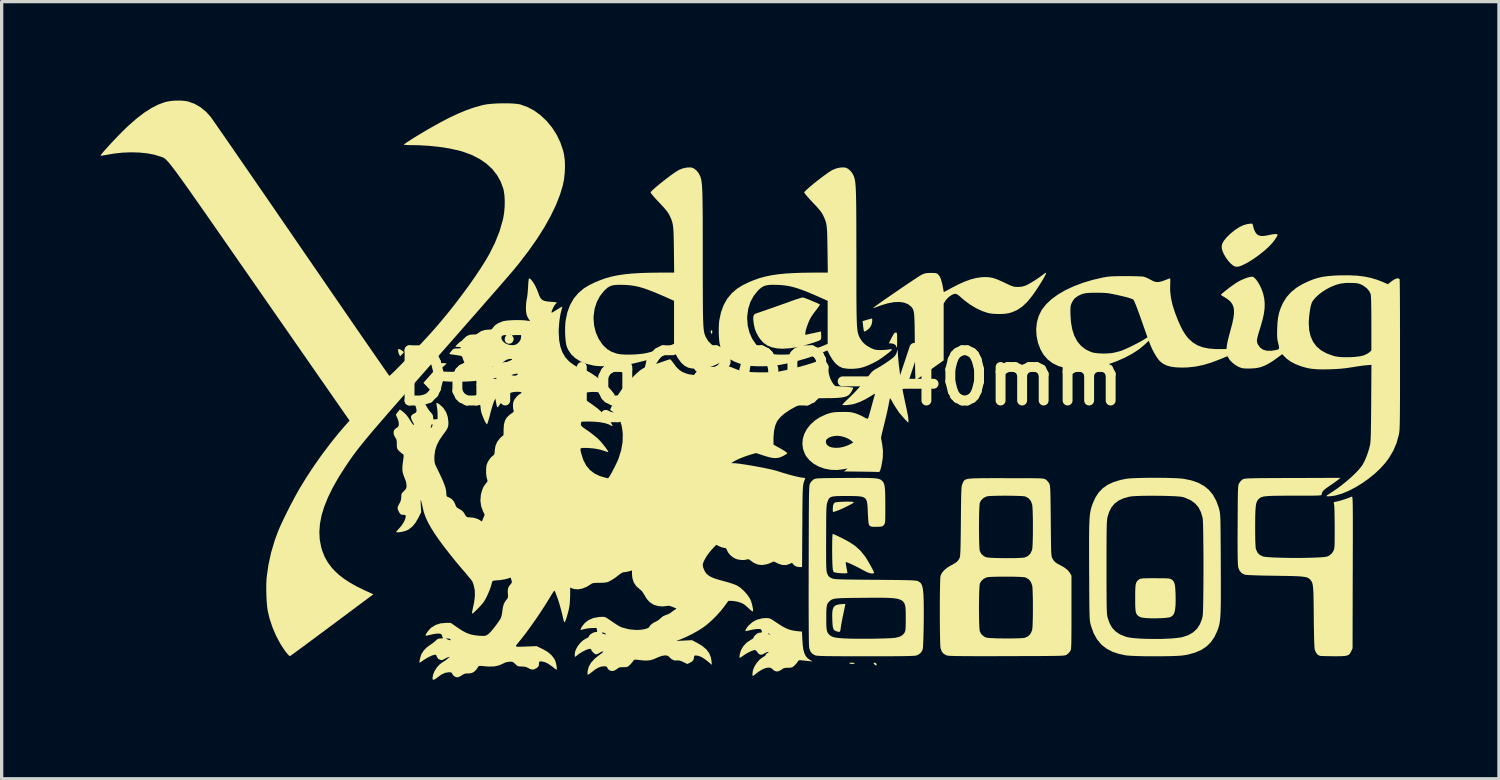
<source format=kicad_pcb>
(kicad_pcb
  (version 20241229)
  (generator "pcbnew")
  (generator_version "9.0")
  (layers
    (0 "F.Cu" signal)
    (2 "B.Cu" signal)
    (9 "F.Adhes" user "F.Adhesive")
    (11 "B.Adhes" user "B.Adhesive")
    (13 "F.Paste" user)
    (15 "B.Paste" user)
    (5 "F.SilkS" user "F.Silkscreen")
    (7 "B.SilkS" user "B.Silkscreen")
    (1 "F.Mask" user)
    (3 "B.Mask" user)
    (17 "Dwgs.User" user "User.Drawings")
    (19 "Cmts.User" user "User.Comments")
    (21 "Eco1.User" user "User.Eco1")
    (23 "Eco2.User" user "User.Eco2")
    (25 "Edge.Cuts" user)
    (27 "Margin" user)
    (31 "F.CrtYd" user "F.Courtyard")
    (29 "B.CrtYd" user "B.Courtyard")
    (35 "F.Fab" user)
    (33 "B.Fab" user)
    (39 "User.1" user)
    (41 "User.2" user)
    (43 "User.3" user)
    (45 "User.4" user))
  (footprint "Ddraig6809-40mm"
    (layer "F.Cu")
    (at 20.002 8.407)
    (property "Reference" "Ddraig6809-40mm" (at 0 0 0) (layer "F.SilkS") (effects (font (size 1.524 1.524) (thickness 0.3))))
    (attr board_only exclude_from_pos_files exclude_from_bom)
    (fp_poly (pts (xy 3.514 8.657) (xy 3.528 8.681) (xy 3.535 8.72) (xy 3.521 8.728) (xy 3.483 8.707) (xy 3.448 8.674) (xy 3.445 8.65) (xy 3.476 8.641) (xy 3.478 8.641)) (stroke (width 0) (type solid)) (fill yes) (layer "F.SilkS"))
    (fp_poly (pts (xy 2.84 8.644) (xy 2.87 8.653) (xy 2.871 8.66) (xy 2.843 8.674) (xy 2.795 8.678) (xy 2.743 8.673) (xy 2.706 8.66) (xy 2.7 8.649) (xy 2.728 8.643) (xy 2.78 8.641)) (stroke (width 0) (type solid)) (fill yes) (layer "F.SilkS"))
    (fp_poly (pts (xy -1.458 -1.436) (xy -1.45 -1.407) (xy -1.45 -1.391) (xy -1.455 -1.351) (xy -1.469 -1.334) (xy -1.469 -1.334) (xy -1.488 -1.347) (xy -1.488 -1.352) (xy -1.495 -1.384) (xy -1.499 -1.397) (xy -1.494 -1.427) (xy -1.48 -1.437)) (stroke (width 0) (type solid)) (fill yes) (layer "F.SilkS"))
    (fp_poly (pts (xy -10.947 -0.872) (xy -10.908 -0.853) (xy -10.864 -0.826) (xy -10.825 -0.798) (xy -10.806 -0.777) (xy -10.806 -0.774) (xy -10.818 -0.754) (xy -10.85 -0.719) (xy -10.862 -0.707) (xy -10.918 -0.653) (xy -10.949 -0.712) (xy -10.971 -0.771) (xy -10.98 -0.829) (xy -10.972 -0.869) (xy -10.968 -0.875)) (stroke (width 0) (type solid)) (fill yes) (layer "F.SilkS"))
    (fp_poly (pts (xy 3.4 -1.781) (xy 3.401 -1.738) (xy 3.395 -1.679) (xy 3.382 -1.621) (xy 3.343 -1.541) (xy 3.276 -1.467) (xy 3.206 -1.42) (xy 3.169 -1.403) (xy 3.153 -1.411) (xy 3.144 -1.436) (xy 3.137 -1.478) (xy 3.127 -1.543) (xy 3.121 -1.598) (xy 3.108 -1.717) (xy 3.242 -1.758) (xy 3.31 -1.777) (xy 3.362 -1.791) (xy 3.389 -1.798) (xy 3.39 -1.798)) (stroke (width 0) (type solid)) (fill yes) (layer "F.SilkS"))
    (fp_poly (pts (xy 4.131 -1.371) (xy 4.143 -1.362) (xy 4.151 -1.34) (xy 4.154 -1.298) (xy 4.156 -1.229) (xy 4.156 -1.14) (xy 4.155 -1.051) (xy 4.154 -0.977) (xy 4.151 -0.927) (xy 4.149 -0.909) (xy 4.148 -0.909) (xy 4.139 -0.925) (xy 4.13 -0.954) (xy 4.1 -0.999) (xy 4.042 -1.031) (xy 3.966 -1.044) (xy 3.961 -1.044) (xy 3.904 -1.044) (xy 3.986 -1.208) (xy 4.028 -1.287) (xy 4.06 -1.337) (xy 4.085 -1.364) (xy 4.11 -1.372) (xy 4.113 -1.372)) (stroke (width 0) (type solid)) (fill yes) (layer "F.SilkS"))
    (fp_poly (pts (xy 2.732 3.757) (xy 2.79 3.761) (xy 2.809 3.764) (xy 2.832 3.772) (xy 2.839 3.782) (xy 2.825 3.797) (xy 2.786 3.82) (xy 2.718 3.857) (xy 2.693 3.87) (xy 2.541 3.946) (xy 2.4 4.009) (xy 2.279 4.053) (xy 2.257 4.06) (xy 2.225 4.068) (xy 2.209 4.06) (xy 2.204 4.029) (xy 2.204 3.982) (xy 2.212 3.883) (xy 2.235 3.815) (xy 2.272 3.781) (xy 2.312 3.774) (xy 2.379 3.767) (xy 2.466 3.761) (xy 2.56 3.758) (xy 2.652 3.756)) (stroke (width 0) (type solid)) (fill yes) (layer "F.SilkS"))
    (fp_poly (pts (xy 2.57 6.942) (xy 2.559 6.995) (xy 2.543 7.075) (xy 2.523 7.169) (xy 2.505 7.252) (xy 2.485 7.355) (xy 2.466 7.457) (xy 2.451 7.545) (xy 2.444 7.595) (xy 2.435 7.662) (xy 2.421 7.697) (xy 2.395 7.707) (xy 2.349 7.698) (xy 2.328 7.692) (xy 2.278 7.673) (xy 2.242 7.647) (xy 2.219 7.606) (xy 2.204 7.544) (xy 2.195 7.454) (xy 2.191 7.381) (xy 2.187 7.228) (xy 2.19 7.109) (xy 2.204 7.02) (xy 2.231 6.956) (xy 2.272 6.913) (xy 2.33 6.886) (xy 2.407 6.871) (xy 2.451 6.867) (xy 2.586 6.857)) (stroke (width 0) (type solid)) (fill yes) (layer "F.SilkS"))
    (fp_poly (pts (xy 14.924 -4.67) (xy 14.94 -4.65) (xy 14.949 -4.615) (xy 14.953 -4.596) (xy 14.978 -4.501) (xy 15.018 -4.417) (xy 15.066 -4.354) (xy 15.085 -4.339) (xy 15.146 -4.31) (xy 15.218 -4.299) (xy 15.309 -4.305) (xy 15.427 -4.327) (xy 15.44 -4.33) (xy 15.55 -4.352) (xy 15.632 -4.359) (xy 15.681 -4.352) (xy 15.696 -4.332) (xy 15.686 -4.309) (xy 15.66 -4.264) (xy 15.624 -4.206) (xy 15.622 -4.203) (xy 15.539 -4.094) (xy 15.427 -3.975) (xy 15.292 -3.853) (xy 15.141 -3.732) (xy 14.982 -3.617) (xy 14.82 -3.515) (xy 14.704 -3.451) (xy 14.598 -3.401) (xy 14.516 -3.373) (xy 14.449 -3.366) (xy 14.39 -3.38) (xy 14.352 -3.399) (xy 14.274 -3.462) (xy 14.194 -3.551) (xy 14.119 -3.656) (xy 14.057 -3.765) (xy 14.015 -3.869) (xy 14.003 -3.918) (xy 14 -3.998) (xy 14.02 -4.075) (xy 14.065 -4.155) (xy 14.138 -4.246) (xy 14.165 -4.275) (xy 14.282 -4.387) (xy 14.408 -4.487) (xy 14.534 -4.568) (xy 14.653 -4.626) (xy 14.753 -4.656) (xy 14.838 -4.67) (xy 14.892 -4.676)) (stroke (width 0) (type solid)) (fill yes) (layer "F.SilkS"))
    (fp_poly (pts (xy 12.126 6.08) (xy 12.237 6.081) (xy 12.319 6.083) (xy 12.379 6.087) (xy 12.42 6.093) (xy 12.449 6.101) (xy 12.471 6.112) (xy 12.473 6.113) (xy 12.515 6.145) (xy 12.545 6.184) (xy 12.567 6.236) (xy 12.583 6.306) (xy 12.592 6.401) (xy 12.598 6.527) (xy 12.6 6.567) (xy 12.603 6.749) (xy 12.599 6.898) (xy 12.588 7.015) (xy 12.57 7.105) (xy 12.542 7.172) (xy 12.504 7.219) (xy 12.455 7.251) (xy 12.429 7.261) (xy 12.373 7.272) (xy 12.288 7.282) (xy 12.182 7.289) (xy 12.063 7.294) (xy 11.941 7.296) (xy 11.825 7.294) (xy 11.722 7.289) (xy 11.708 7.288) (xy 11.607 7.277) (xy 11.536 7.26) (xy 11.489 7.238) (xy 11.486 7.235) (xy 11.451 7.208) (xy 11.425 7.178) (xy 11.406 7.141) (xy 11.392 7.091) (xy 11.383 7.023) (xy 11.378 6.932) (xy 11.376 6.813) (xy 11.376 6.679) (xy 11.376 6.529) (xy 11.379 6.413) (xy 11.384 6.326) (xy 11.393 6.26) (xy 11.408 6.212) (xy 11.428 6.176) (xy 11.455 6.146) (xy 11.488 6.12) (xy 11.508 6.107) (xy 11.53 6.097) (xy 11.561 6.09) (xy 11.605 6.085) (xy 11.668 6.082) (xy 11.755 6.08) (xy 11.871 6.079) (xy 11.982 6.079)) (stroke (width 0) (type solid)) (fill yes) (layer "F.SilkS"))
    (fp_poly (pts (xy 2.23 4.745) (xy 2.286 4.768) (xy 2.361 4.803) (xy 2.449 4.846) (xy 2.542 4.893) (xy 2.633 4.941) (xy 2.689 4.972) (xy 2.883 5.099) (xy 3.046 5.247) (xy 3.184 5.42) (xy 3.197 5.438) (xy 3.243 5.511) (xy 3.293 5.595) (xy 3.343 5.683) (xy 3.389 5.766) (xy 3.426 5.839) (xy 3.451 5.892) (xy 3.46 5.919) (xy 3.443 5.929) (xy 3.4 5.934) (xy 3.382 5.934) (xy 3.338 5.929) (xy 3.284 5.912) (xy 3.213 5.881) (xy 3.119 5.832) (xy 3.077 5.809) (xy 2.972 5.753) (xy 2.869 5.701) (xy 2.775 5.656) (xy 2.695 5.621) (xy 2.636 5.598) (xy 2.602 5.591) (xy 2.598 5.592) (xy 2.597 5.613) (xy 2.604 5.663) (xy 2.615 5.731) (xy 2.619 5.753) (xy 2.633 5.826) (xy 2.643 5.884) (xy 2.648 5.917) (xy 2.648 5.92) (xy 2.631 5.927) (xy 2.584 5.931) (xy 2.517 5.931) (xy 2.439 5.927) (xy 2.36 5.92) (xy 2.335 5.917) (xy 2.279 5.906) (xy 2.24 5.896) (xy 2.231 5.891) (xy 2.217 5.865) (xy 2.206 5.814) (xy 2.198 5.737) (xy 2.192 5.63) (xy 2.188 5.491) (xy 2.186 5.318) (xy 2.185 5.224) (xy 2.186 5.087) (xy 2.187 4.965) (xy 2.19 4.865) (xy 2.194 4.791) (xy 2.198 4.746) (xy 2.202 4.736)) (stroke (width 0) (type solid)) (fill yes) (layer "F.SilkS"))
    (fp_poly (pts (xy 1.324 -2.428) (xy 1.384 -2.408) (xy 1.463 -2.378) (xy 1.552 -2.341) (xy 1.56 -2.337) (xy 1.648 -2.299) (xy 1.724 -2.267) (xy 1.78 -2.242) (xy 1.809 -2.23) (xy 1.811 -2.229) (xy 1.81 -2.211) (xy 1.786 -2.169) (xy 1.741 -2.107) (xy 1.713 -2.071) (xy 1.652 -1.993) (xy 1.593 -1.91) (xy 1.546 -1.839) (xy 1.532 -1.817) (xy 1.492 -1.738) (xy 1.453 -1.644) (xy 1.418 -1.547) (xy 1.39 -1.456) (xy 1.375 -1.384) (xy 1.372 -1.358) (xy 1.372 -1.302) (xy 1.609 -1.353) (xy 1.846 -1.404) (xy 1.852 -1.287) (xy 1.853 -1.217) (xy 1.846 -1.175) (xy 1.829 -1.15) (xy 1.823 -1.145) (xy 1.785 -1.126) (xy 1.717 -1.099) (xy 1.627 -1.068) (xy 1.522 -1.035) (xy 1.411 -1.002) (xy 1.3 -0.972) (xy 1.198 -0.946) (xy 1.122 -0.929) (xy 0.888 -0.893) (xy 0.68 -0.881) (xy 0.518 -0.891) (xy 0.354 -0.925) (xy 0.217 -0.981) (xy 0.101 -1.063) (xy -0.000201 -1.176) (xy -0.046 -1.243) (xy -0.113 -1.364) (xy -0.159 -1.482) (xy -0.189 -1.616) (xy -0.195 -1.658) (xy -0.207 -1.767) (xy -0.207 -1.845) (xy -0.193 -1.897) (xy -0.164 -1.931) (xy -0.13 -1.947) (xy -0.088 -1.962) (xy -0.018 -1.986) (xy 0.068 -2.016) (xy 0.163 -2.049) (xy 0.164 -2.049) (xy 0.31 -2.1) (xy 0.445 -2.147) (xy 0.58 -2.195) (xy 0.725 -2.246) (xy 0.891 -2.306) (xy 0.978 -2.337) (xy 1.077 -2.372) (xy 1.166 -2.401) (xy 1.236 -2.423) (xy 1.282 -2.434) (xy 1.292 -2.436)) (stroke (width 0) (type solid)) (fill yes) (layer "F.SilkS"))
    (fp_poly (pts (xy 8.67 -3.16) (xy 8.648 -3.11) (xy 8.61 -3.038) (xy 8.558 -2.949) (xy 8.496 -2.848) (xy 8.426 -2.739) (xy 8.352 -2.628) (xy 8.275 -2.518) (xy 8.242 -2.472) (xy 8.098 -2.297) (xy 7.951 -2.159) (xy 7.796 -2.055) (xy 7.632 -1.984) (xy 7.523 -1.955) (xy 7.424 -1.941) (xy 7.302 -1.934) (xy 7.172 -1.935) (xy 7.048 -1.943) (xy 6.943 -1.957) (xy 6.913 -1.964) (xy 6.738 -2.023) (xy 6.553 -2.109) (xy 6.372 -2.218) (xy 6.203 -2.342) (xy 6.126 -2.408) (xy 6.049 -2.476) (xy 5.991 -2.52) (xy 5.945 -2.542) (xy 5.905 -2.546) (xy 5.881 -2.542) (xy 5.812 -2.512) (xy 5.736 -2.46) (xy 5.666 -2.395) (xy 5.614 -2.329) (xy 5.614 -2.328) (xy 5.567 -2.249) (xy 5.567 -0.528) (xy 5.148 -0.23) (xy 5.036 -0.151) (xy 4.934 -0.079) (xy 4.847 -0.017) (xy 4.778 0.031) (xy 4.732 0.062) (xy 4.714 0.074) (xy 4.711 0.056) (xy 4.709 0.003) (xy 4.706 -0.081) (xy 4.703 -0.193) (xy 4.7 -0.33) (xy 4.698 -0.487) (xy 4.695 -0.662) (xy 4.694 -0.851) (xy 4.693 -0.932) (xy 4.691 -1.167) (xy 4.689 -1.367) (xy 4.687 -1.535) (xy 4.684 -1.674) (xy 4.68 -1.787) (xy 4.675 -1.878) (xy 4.668 -1.95) (xy 4.659 -2.006) (xy 4.648 -2.05) (xy 4.634 -2.084) (xy 4.617 -2.112) (xy 4.597 -2.138) (xy 4.576 -2.162) (xy 4.483 -2.234) (xy 4.365 -2.28) (xy 4.223 -2.3) (xy 4.058 -2.293) (xy 3.874 -2.259) (xy 3.672 -2.199) (xy 3.585 -2.167) (xy 3.515 -2.141) (xy 3.461 -2.123) (xy 3.43 -2.115) (xy 3.426 -2.115) (xy 3.439 -2.128) (xy 3.481 -2.16) (xy 3.546 -2.208) (xy 3.633 -2.269) (xy 3.736 -2.342) (xy 3.853 -2.423) (xy 3.978 -2.51) (xy 4.11 -2.6) (xy 4.242 -2.691) (xy 4.373 -2.78) (xy 4.498 -2.864) (xy 4.613 -2.941) (xy 4.715 -3.009) (xy 4.799 -3.064) (xy 4.862 -3.103) (xy 4.9 -3.125) (xy 4.904 -3.127) (xy 4.969 -3.155) (xy 5.029 -3.171) (xy 5.098 -3.178) (xy 5.183 -3.18) (xy 5.269 -3.178) (xy 5.326 -3.173) (xy 5.364 -3.161) (xy 5.393 -3.142) (xy 5.394 -3.141) (xy 5.443 -3.08) (xy 5.484 -2.99) (xy 5.519 -2.867) (xy 5.539 -2.772) (xy 5.571 -2.597) (xy 5.796 -2.719) (xy 6.015 -2.832) (xy 6.211 -2.92) (xy 6.39 -2.984) (xy 6.555 -3.027) (xy 6.713 -3.049) (xy 6.825 -3.054) (xy 6.909 -3.052) (xy 6.985 -3.043) (xy 7.062 -3.027) (xy 7.146 -3) (xy 7.246 -2.96) (xy 7.368 -2.905) (xy 7.452 -2.865) (xy 7.549 -2.819) (xy 7.621 -2.788) (xy 7.677 -2.769) (xy 7.727 -2.759) (xy 7.778 -2.755) (xy 7.819 -2.755) (xy 7.928 -2.761) (xy 8.021 -2.785) (xy 8.061 -2.8) (xy 8.139 -2.839) (xy 8.236 -2.895) (xy 8.343 -2.961) (xy 8.447 -3.03) (xy 8.539 -3.097) (xy 8.578 -3.127) (xy 8.625 -3.162) (xy 8.66 -3.182) (xy 8.672 -3.184)) (stroke (width 0) (type solid)) (fill yes) (layer "F.SilkS"))
    (fp_poly (pts (xy 0.24 7.289) (xy 0.287 7.298) (xy 0.335 7.319) (xy 0.394 7.356) (xy 0.429 7.379) (xy 0.567 7.471) (xy 0.682 7.542) (xy 0.782 7.595) (xy 0.874 7.633) (xy 0.965 7.659) (xy 1.062 7.676) (xy 1.135 7.685) (xy 1.27 7.698) (xy 1.282 7.952) (xy 1.294 8.12) (xy 1.314 8.254) (xy 1.345 8.361) (xy 1.387 8.444) (xy 1.444 8.509) (xy 1.517 8.561) (xy 1.525 8.565) (xy 1.595 8.604) (xy 1.488 8.593) (xy 1.402 8.584) (xy 1.309 8.574) (xy 1.276 8.571) (xy 1.214 8.565) (xy 1.178 8.569) (xy 1.156 8.586) (xy 1.136 8.617) (xy 1.1 8.667) (xy 1.05 8.72) (xy 1.034 8.735) (xy 0.991 8.769) (xy 0.95 8.787) (xy 0.897 8.794) (xy 0.843 8.795) (xy 0.77 8.798) (xy 0.719 8.808) (xy 0.676 8.832) (xy 0.648 8.853) (xy 0.567 8.899) (xy 0.489 8.907) (xy 0.417 8.877) (xy 0.367 8.828) (xy 0.316 8.795) (xy 0.244 8.789) (xy 0.156 8.807) (xy 0.057 8.851) (xy -0.049 8.916) (xy -0.101 8.956) (xy -0.156 9) (xy -0.199 9.032) (xy -0.221 9.046) (xy -0.222 9.047) (xy -0.228 9.029) (xy -0.232 8.987) (xy -0.232 8.974) (xy -0.216 8.867) (xy -0.17 8.754) (xy -0.101 8.645) (xy -0.016 8.549) (xy 0.079 8.477) (xy 0.1 8.465) (xy 0.143 8.438) (xy 0.165 8.416) (xy 0.165 8.41) (xy 0.173 8.39) (xy 0.205 8.361) (xy 0.217 8.353) (xy 0.254 8.327) (xy 0.26 8.315) (xy 0.241 8.312) (xy 0.202 8.323) (xy 0.149 8.349) (xy 0.127 8.363) (xy 0.056 8.397) (xy -0.005 8.395) (xy -0.059 8.355) (xy -0.087 8.317) (xy -0.119 8.277) (xy -0.15 8.256) (xy -0.155 8.255) (xy -0.203 8.265) (xy -0.274 8.292) (xy -0.355 8.331) (xy -0.437 8.377) (xy -0.505 8.423) (xy -0.56 8.461) (xy -0.602 8.487) (xy -0.623 8.495) (xy -0.623 8.494) (xy -0.625 8.472) (xy -0.622 8.424) (xy -0.617 8.387) (xy -0.578 8.258) (xy -0.506 8.137) (xy -0.408 8.032) (xy -0.29 7.952) (xy -0.281 7.947) (xy -0.233 7.92) (xy -0.205 7.896) (xy -0.203 7.887) (xy -0.196 7.866) (xy -0.168 7.828) (xy -0.143 7.802) (xy -0.094 7.76) (xy 0.238 7.76) (xy 0.251 7.771) (xy 0.287 7.787) (xy 0.3 7.79) (xy 0.303 7.782) (xy 0.29 7.771) (xy 0.255 7.754) (xy 0.242 7.752) (xy 0.238 7.76) (xy -0.094 7.76) (xy -0.087 7.755) (xy -0.036 7.734) (xy -0.008 7.732) (xy 0.036 7.728) (xy 0.053 7.713) (xy 0.053 7.689) (xy 0.041 7.648) (xy 0.029 7.631) (xy -0.011 7.62) (xy -0.078 7.618) (xy -0.164 7.627) (xy -0.259 7.644) (xy -0.3 7.654) (xy -0.366 7.67) (xy -0.417 7.681) (xy -0.441 7.683) (xy -0.442 7.683) (xy -0.443 7.658) (xy -0.423 7.613) (xy -0.386 7.557) (xy -0.351 7.515) (xy -0.23 7.408) (xy -0.089 7.335) (xy 0.069 7.295) (xy 0.18 7.288)) (stroke (width 0) (type solid)) (fill yes) (layer "F.SilkS"))
    (fp_poly (pts (xy 4.184 -0.648) (xy 4.205 -0.413) (xy 4.238 -0.15) (xy 4.281 0.136) (xy 4.335 0.436) (xy 4.398 0.745) (xy 4.436 0.917) (xy 4.459 1.027) (xy 4.479 1.128) (xy 4.493 1.213) (xy 4.499 1.273) (xy 4.5 1.294) (xy 4.493 1.363) (xy 4.382 1.249) (xy 4.211 1.049) (xy 4.062 0.822) (xy 4.019 0.743) (xy 3.984 0.68) (xy 3.956 0.637) (xy 3.939 0.62) (xy 3.936 0.622) (xy 3.93 0.651) (xy 3.919 0.709) (xy 3.904 0.785) (xy 3.896 0.831) (xy 3.88 0.909) (xy 3.857 1.015) (xy 3.829 1.138) (xy 3.797 1.271) (xy 3.765 1.401) (xy 3.736 1.519) (xy 3.71 1.626) (xy 3.689 1.714) (xy 3.675 1.779) (xy 3.669 1.814) (xy 3.668 1.817) (xy 3.672 1.849) (xy 3.682 1.907) (xy 3.696 1.981) (xy 3.7 1.998) (xy 3.726 2.211) (xy 3.72 2.433) (xy 3.68 2.669) (xy 3.659 2.75) (xy 3.641 2.811) (xy 3.626 2.844) (xy 3.604 2.857) (xy 3.569 2.857) (xy 3.559 2.856) (xy 3.52 2.855) (xy 3.449 2.853) (xy 3.352 2.851) (xy 3.235 2.849) (xy 3.105 2.848) (xy 3.016 2.846) (xy 2.542 2.841) (xy 2.6 2.795) (xy 2.657 2.749) (xy 2.522 2.775) (xy 2.327 2.798) (xy 2.136 2.79) (xy 1.952 2.755) (xy 1.781 2.694) (xy 1.628 2.609) (xy 1.498 2.502) (xy 1.395 2.376) (xy 1.361 2.315) (xy 1.303 2.162) (xy 1.282 2.007) (xy 1.288 1.937) (xy 1.992 1.937) (xy 2.009 2.004) (xy 2.031 2.037) (xy 2.091 2.084) (xy 2.179 2.113) (xy 2.287 2.125) (xy 2.41 2.119) (xy 2.522 2.097) (xy 2.605 2.07) (xy 2.691 2.035) (xy 2.731 2.015) (xy 2.827 1.963) (xy 2.753 1.899) (xy 2.674 1.848) (xy 2.571 1.804) (xy 2.459 1.773) (xy 2.352 1.759) (xy 2.34 1.759) (xy 2.265 1.765) (xy 2.181 1.78) (xy 2.15 1.789) (xy 2.064 1.827) (xy 2.01 1.877) (xy 1.992 1.937) (xy 1.288 1.937) (xy 1.295 1.852) (xy 1.341 1.7) (xy 1.418 1.556) (xy 1.524 1.421) (xy 1.656 1.3) (xy 1.814 1.196) (xy 1.995 1.112) (xy 2.065 1.087) (xy 2.133 1.067) (xy 2.197 1.053) (xy 2.267 1.044) (xy 2.352 1.039) (xy 2.465 1.037) (xy 2.484 1.037) (xy 2.599 1.036) (xy 2.684 1.039) (xy 2.752 1.045) (xy 2.81 1.056) (xy 2.87 1.072) (xy 2.895 1.08) (xy 2.984 1.114) (xy 3.077 1.155) (xy 3.145 1.192) (xy 3.203 1.223) (xy 3.247 1.241) (xy 3.269 1.243) (xy 3.278 1.22) (xy 3.296 1.166) (xy 3.319 1.087) (xy 3.347 0.99) (xy 3.374 0.89) (xy 3.404 0.779) (xy 3.432 0.678) (xy 3.455 0.594) (xy 3.472 0.535) (xy 3.481 0.509) (xy 3.485 0.491) (xy 3.474 0.488) (xy 3.443 0.503) (xy 3.387 0.537) (xy 3.363 0.553) (xy 3.192 0.653) (xy 3.025 0.733) (xy 2.871 0.787) (xy 2.812 0.802) (xy 2.726 0.817) (xy 2.643 0.827) (xy 2.571 0.83) (xy 2.519 0.828) (xy 2.494 0.819) (xy 2.494 0.816) (xy 2.507 0.798) (xy 2.544 0.759) (xy 2.599 0.705) (xy 2.666 0.641) (xy 2.68 0.628) (xy 2.826 0.486) (xy 2.979 0.321) (xy 3.131 0.146) (xy 3.269 -0.028) (xy 3.303 -0.074) (xy 3.37 -0.157) (xy 3.429 -0.215) (xy 3.492 -0.257) (xy 3.506 -0.264) (xy 3.595 -0.313) (xy 3.702 -0.378) (xy 3.815 -0.452) (xy 3.923 -0.527) (xy 4.014 -0.595) (xy 4.015 -0.596) (xy 4.079 -0.652) (xy 4.117 -0.704) (xy 4.142 -0.766) (xy 4.143 -0.768) (xy 4.17 -0.86)) (stroke (width 0) (type solid)) (fill yes) (layer "F.SilkS"))
    (fp_poly (pts (xy 17.533 3.092) (xy 17.489 3.125) (xy 17.423 3.173) (xy 17.343 3.229) (xy 17.268 3.28) (xy 17.17 3.348) (xy 17.102 3.403) (xy 17.059 3.45) (xy 17.037 3.493) (xy 17.03 3.538) (xy 17.03 3.538) (xy 17.029 3.547) (xy 17.024 3.555) (xy 17.01 3.561) (xy 16.986 3.566) (xy 16.948 3.569) (xy 16.891 3.572) (xy 16.813 3.574) (xy 16.711 3.575) (xy 16.58 3.576) (xy 16.418 3.576) (xy 16.221 3.576) (xy 16.192 3.576) (xy 15.973 3.576) (xy 15.789 3.577) (xy 15.636 3.579) (xy 15.512 3.582) (xy 15.412 3.587) (xy 15.333 3.593) (xy 15.272 3.602) (xy 15.225 3.614) (xy 15.188 3.628) (xy 15.158 3.646) (xy 15.132 3.667) (xy 15.123 3.675) (xy 15.095 3.706) (xy 15.072 3.744) (xy 15.053 3.791) (xy 15.039 3.852) (xy 15.029 3.932) (xy 15.022 4.033) (xy 15.017 4.162) (xy 15.015 4.32) (xy 15.014 4.513) (xy 15.014 4.523) (xy 15.015 4.733) (xy 15.017 4.905) (xy 15.022 5.038) (xy 15.028 5.133) (xy 15.035 5.189) (xy 15.037 5.194) (xy 15.082 5.297) (xy 15.152 5.371) (xy 15.248 5.418) (xy 15.258 5.421) (xy 15.314 5.431) (xy 15.403 5.439) (xy 15.52 5.447) (xy 15.66 5.453) (xy 15.818 5.458) (xy 15.987 5.462) (xy 16.164 5.464) (xy 16.343 5.464) (xy 16.518 5.462) (xy 16.684 5.458) (xy 16.78 5.455) (xy 16.915 5.449) (xy 17.018 5.444) (xy 17.094 5.438) (xy 17.15 5.431) (xy 17.191 5.422) (xy 17.224 5.41) (xy 17.254 5.395) (xy 17.258 5.393) (xy 17.336 5.33) (xy 17.383 5.259) (xy 17.395 5.233) (xy 17.405 5.207) (xy 17.412 5.176) (xy 17.418 5.135) (xy 17.422 5.081) (xy 17.424 5.007) (xy 17.425 4.911) (xy 17.426 4.786) (xy 17.426 4.628) (xy 17.426 4.581) (xy 17.426 4.428) (xy 17.424 4.282) (xy 17.422 4.15) (xy 17.42 4.037) (xy 17.416 3.949) (xy 17.413 3.892) (xy 17.412 3.882) (xy 17.397 3.772) (xy 17.508 3.749) (xy 17.591 3.728) (xy 17.696 3.696) (xy 17.812 3.656) (xy 17.925 3.613) (xy 17.944 3.605) (xy 17.95 3.604) (xy 17.954 3.607) (xy 17.958 3.615) (xy 17.962 3.632) (xy 17.965 3.659) (xy 17.968 3.697) (xy 17.97 3.75) (xy 17.972 3.819) (xy 17.974 3.905) (xy 17.975 4.012) (xy 17.975 4.141) (xy 17.976 4.294) (xy 17.976 4.473) (xy 17.976 4.681) (xy 17.976 4.918) (xy 17.975 5.188) (xy 17.974 5.492) (xy 17.974 5.832) (xy 17.973 5.898) (xy 17.968 8.206) (xy 17.925 8.298) (xy 17.901 8.345) (xy 17.874 8.381) (xy 17.839 8.408) (xy 17.79 8.426) (xy 17.724 8.437) (xy 17.633 8.443) (xy 17.514 8.445) (xy 17.383 8.445) (xy 17.266 8.443) (xy 17.16 8.442) (xy 17.072 8.439) (xy 17.009 8.437) (xy 16.978 8.434) (xy 16.916 8.403) (xy 16.863 8.342) (xy 16.826 8.258) (xy 16.819 8.228) (xy 16.814 8.187) (xy 16.81 8.111) (xy 16.805 8.004) (xy 16.801 7.871) (xy 16.798 7.714) (xy 16.794 7.539) (xy 16.792 7.349) (xy 16.791 7.23) (xy 16.789 7.008) (xy 16.787 6.821) (xy 16.784 6.666) (xy 16.781 6.54) (xy 16.776 6.438) (xy 16.77 6.357) (xy 16.762 6.294) (xy 16.752 6.246) (xy 16.74 6.208) (xy 16.725 6.177) (xy 16.707 6.151) (xy 16.689 6.128) (xy 16.666 6.103) (xy 16.64 6.082) (xy 16.609 6.065) (xy 16.567 6.05) (xy 16.512 6.039) (xy 16.442 6.03) (xy 16.351 6.022) (xy 16.237 6.017) (xy 16.096 6.012) (xy 15.925 6.009) (xy 15.72 6.006) (xy 15.609 6.004) (xy 15.39 6.001) (xy 15.197 5.997) (xy 15.033 5.992) (xy 14.898 5.987) (xy 14.796 5.982) (xy 14.728 5.976) (xy 14.702 5.972) (xy 14.61 5.928) (xy 14.544 5.857) (xy 14.503 5.757) (xy 14.499 5.738) (xy 14.494 5.698) (xy 14.49 5.63) (xy 14.486 5.534) (xy 14.484 5.407) (xy 14.482 5.247) (xy 14.481 5.055) (xy 14.481 4.827) (xy 14.482 4.563) (xy 14.483 4.454) (xy 14.484 4.211) (xy 14.485 4.003) (xy 14.486 3.829) (xy 14.488 3.683) (xy 14.489 3.564) (xy 14.491 3.469) (xy 14.494 3.394) (xy 14.497 3.336) (xy 14.501 3.292) (xy 14.506 3.26) (xy 14.512 3.236) (xy 14.519 3.216) (xy 14.527 3.2) (xy 14.568 3.14) (xy 14.622 3.091) (xy 14.633 3.084) (xy 14.647 3.076) (xy 14.662 3.07) (xy 14.682 3.065) (xy 14.709 3.06) (xy 14.746 3.056) (xy 14.796 3.053) (xy 14.86 3.05) (xy 14.943 3.048) (xy 15.047 3.046) (xy 15.174 3.044) (xy 15.327 3.043) (xy 15.509 3.042) (xy 15.723 3.041) (xy 15.97 3.04) (xy 16.15 3.04) (xy 17.6 3.035)) (stroke (width 0) (type solid)) (fill yes) (layer "F.SilkS"))
    (fp_poly (pts (xy 12.12 3.034) (xy 12.295 3.036) (xy 12.459 3.04) (xy 12.605 3.045) (xy 12.729 3.052) (xy 12.822 3.061) (xy 12.843 3.064) (xy 13.078 3.112) (xy 13.283 3.183) (xy 13.459 3.277) (xy 13.607 3.397) (xy 13.729 3.543) (xy 13.827 3.717) (xy 13.904 3.92) (xy 13.921 3.982) (xy 13.929 4.013) (xy 13.936 4.043) (xy 13.942 4.075) (xy 13.947 4.111) (xy 13.951 4.155) (xy 13.955 4.209) (xy 13.958 4.277) (xy 13.961 4.36) (xy 13.963 4.462) (xy 13.964 4.586) (xy 13.966 4.734) (xy 13.967 4.909) (xy 13.969 5.114) (xy 13.97 5.352) (xy 13.971 5.625) (xy 13.971 5.654) (xy 13.972 5.953) (xy 13.973 6.216) (xy 13.973 6.446) (xy 13.973 6.646) (xy 13.972 6.819) (xy 13.969 6.967) (xy 13.966 7.092) (xy 13.961 7.199) (xy 13.954 7.29) (xy 13.946 7.367) (xy 13.936 7.434) (xy 13.924 7.492) (xy 13.91 7.546) (xy 13.894 7.597) (xy 13.875 7.649) (xy 13.862 7.685) (xy 13.776 7.867) (xy 13.668 8.022) (xy 13.537 8.15) (xy 13.38 8.254) (xy 13.195 8.334) (xy 12.979 8.394) (xy 12.84 8.419) (xy 12.761 8.427) (xy 12.651 8.434) (xy 12.514 8.44) (xy 12.358 8.443) (xy 12.188 8.446) (xy 12.011 8.447) (xy 11.832 8.446) (xy 11.658 8.445) (xy 11.494 8.441) (xy 11.346 8.436) (xy 11.221 8.43) (xy 11.125 8.422) (xy 11.08 8.416) (xy 10.863 8.369) (xy 10.676 8.304) (xy 10.516 8.22) (xy 10.376 8.114) (xy 10.332 8.071) (xy 10.212 7.923) (xy 10.114 7.744) (xy 10.039 7.534) (xy 10.029 7.5) (xy 10.021 7.469) (xy 10.014 7.439) (xy 10.008 7.407) (xy 10.003 7.371) (xy 9.999 7.327) (xy 9.995 7.272) (xy 9.992 7.204) (xy 9.99 7.121) (xy 9.987 7.018) (xy 9.986 6.894) (xy 9.984 6.746) (xy 9.983 6.57) (xy 9.982 6.364) (xy 9.981 6.126) (xy 9.979 5.851) (xy 9.979 5.838) (xy 9.979 5.741) (xy 10.506 5.741) (xy 10.506 6.011) (xy 10.506 6.244) (xy 10.507 6.445) (xy 10.508 6.615) (xy 10.509 6.759) (xy 10.51 6.878) (xy 10.512 6.975) (xy 10.515 7.054) (xy 10.518 7.117) (xy 10.522 7.167) (xy 10.527 7.207) (xy 10.532 7.24) (xy 10.538 7.268) (xy 10.54 7.273) (xy 10.598 7.443) (xy 10.678 7.583) (xy 10.783 7.695) (xy 10.916 7.783) (xy 11.079 7.849) (xy 11.144 7.867) (xy 11.231 7.883) (xy 11.35 7.897) (xy 11.495 7.908) (xy 11.658 7.916) (xy 11.833 7.92) (xy 12.014 7.921) (xy 12.194 7.919) (xy 12.365 7.912) (xy 12.459 7.907) (xy 12.564 7.898) (xy 12.665 7.888) (xy 12.749 7.876) (xy 12.807 7.866) (xy 12.807 7.866) (xy 12.983 7.807) (xy 13.13 7.723) (xy 13.248 7.613) (xy 13.338 7.477) (xy 13.402 7.313) (xy 13.42 7.236) (xy 13.425 7.193) (xy 13.43 7.115) (xy 13.434 7.006) (xy 13.437 6.871) (xy 13.44 6.712) (xy 13.442 6.534) (xy 13.444 6.341) (xy 13.445 6.137) (xy 13.446 5.926) (xy 13.446 5.711) (xy 13.446 5.497) (xy 13.445 5.288) (xy 13.443 5.086) (xy 13.441 4.897) (xy 13.439 4.724) (xy 13.436 4.572) (xy 13.433 4.443) (xy 13.429 4.343) (xy 13.424 4.274) (xy 13.42 4.246) (xy 13.37 4.075) (xy 13.297 3.932) (xy 13.197 3.815) (xy 13.069 3.72) (xy 12.909 3.646) (xy 12.826 3.618) (xy 12.772 3.608) (xy 12.686 3.6) (xy 12.572 3.592) (xy 12.437 3.587) (xy 12.287 3.582) (xy 12.127 3.579) (xy 11.962 3.578) (xy 11.799 3.578) (xy 11.644 3.579) (xy 11.502 3.583) (xy 11.379 3.588) (xy 11.28 3.595) (xy 11.212 3.604) (xy 11.209 3.604) (xy 11.026 3.654) (xy 10.875 3.722) (xy 10.753 3.813) (xy 10.657 3.928) (xy 10.584 4.07) (xy 10.54 4.209) (xy 10.533 4.237) (xy 10.528 4.268) (xy 10.523 4.307) (xy 10.519 4.355) (xy 10.515 4.415) (xy 10.513 4.49) (xy 10.511 4.584) (xy 10.509 4.698) (xy 10.508 4.837) (xy 10.507 5.002) (xy 10.506 5.196) (xy 10.506 5.423) (xy 10.506 5.685) (xy 10.506 5.741) (xy 9.979 5.741) (xy 9.978 5.541) (xy 9.977 5.279) (xy 9.977 5.051) (xy 9.977 4.853) (xy 9.979 4.682) (xy 9.981 4.536) (xy 9.985 4.411) (xy 9.99 4.305) (xy 9.996 4.215) (xy 10.004 4.138) (xy 10.014 4.071) (xy 10.026 4.012) (xy 10.04 3.957) (xy 10.056 3.904) (xy 10.074 3.85) (xy 10.088 3.812) (xy 10.169 3.631) (xy 10.27 3.477) (xy 10.395 3.348) (xy 10.545 3.244) (xy 10.723 3.161) (xy 10.932 3.098) (xy 11.105 3.063) (xy 11.184 3.054) (xy 11.295 3.047) (xy 11.433 3.041) (xy 11.59 3.037) (xy 11.761 3.034) (xy 11.94 3.033)) (stroke (width 0) (type solid)) (fill yes) (layer "F.SilkS"))
    (fp_poly (pts (xy 3.153 3.037) (xy 3.285 3.039) (xy 3.392 3.043) (xy 3.477 3.048) (xy 3.543 3.056) (xy 3.594 3.066) (xy 3.633 3.079) (xy 3.663 3.095) (xy 3.687 3.113) (xy 3.7 3.125) (xy 3.726 3.155) (xy 3.748 3.189) (xy 3.764 3.232) (xy 3.776 3.288) (xy 3.785 3.361) (xy 3.791 3.456) (xy 3.795 3.578) (xy 3.797 3.731) (xy 3.797 3.869) (xy 3.797 4.028) (xy 3.797 4.152) (xy 3.796 4.247) (xy 3.794 4.317) (xy 3.79 4.367) (xy 3.785 4.402) (xy 3.777 4.427) (xy 3.767 4.446) (xy 3.758 4.459) (xy 3.734 4.487) (xy 3.708 4.504) (xy 3.668 4.513) (xy 3.605 4.518) (xy 3.565 4.519) (xy 3.463 4.521) (xy 3.393 4.517) (xy 3.347 4.504) (xy 3.317 4.482) (xy 3.303 4.46) (xy 3.293 4.424) (xy 3.284 4.354) (xy 3.276 4.257) (xy 3.269 4.136) (xy 3.267 4.086) (xy 3.261 3.948) (xy 3.253 3.838) (xy 3.239 3.753) (xy 3.214 3.69) (xy 3.174 3.645) (xy 3.116 3.615) (xy 3.035 3.598) (xy 2.927 3.589) (xy 2.788 3.586) (xy 2.626 3.586) (xy 2.47 3.586) (xy 2.349 3.588) (xy 2.256 3.594) (xy 2.188 3.604) (xy 2.139 3.621) (xy 2.104 3.645) (xy 2.079 3.679) (xy 2.058 3.724) (xy 2.041 3.771) (xy 2.033 3.797) (xy 2.026 3.825) (xy 2.02 3.86) (xy 2.016 3.904) (xy 2.012 3.961) (xy 2.009 4.034) (xy 2.007 4.128) (xy 2.005 4.245) (xy 2.004 4.388) (xy 2.004 4.563) (xy 2.003 4.771) (xy 2.003 4.862) (xy 2.002 5.083) (xy 2.002 5.27) (xy 2.003 5.425) (xy 2.003 5.551) (xy 2.005 5.653) (xy 2.007 5.733) (xy 2.01 5.795) (xy 2.014 5.842) (xy 2.019 5.878) (xy 2.025 5.906) (xy 2.033 5.93) (xy 2.037 5.941) (xy 2.066 6.003) (xy 2.101 6.042) (xy 2.158 6.074) (xy 2.163 6.076) (xy 2.182 6.084) (xy 2.202 6.091) (xy 2.226 6.097) (xy 2.258 6.103) (xy 2.3 6.107) (xy 2.355 6.11) (xy 2.427 6.113) (xy 2.517 6.116) (xy 2.63 6.118) (xy 2.768 6.12) (xy 2.934 6.122) (xy 3.132 6.124) (xy 3.364 6.126) (xy 3.489 6.127) (xy 3.74 6.129) (xy 3.955 6.131) (xy 4.138 6.133) (xy 4.29 6.135) (xy 4.416 6.138) (xy 4.517 6.14) (xy 4.598 6.143) (xy 4.66 6.147) (xy 4.707 6.151) (xy 4.742 6.155) (xy 4.767 6.161) (xy 4.786 6.167) (xy 4.795 6.172) (xy 4.845 6.203) (xy 4.883 6.242) (xy 4.911 6.297) (xy 4.93 6.373) (xy 4.945 6.477) (xy 4.953 6.57) (xy 4.957 6.653) (xy 4.961 6.763) (xy 4.963 6.894) (xy 4.964 7.041) (xy 4.964 7.199) (xy 4.963 7.362) (xy 4.961 7.526) (xy 4.958 7.685) (xy 4.954 7.834) (xy 4.95 7.967) (xy 4.945 8.08) (xy 4.94 8.167) (xy 4.933 8.223) (xy 4.931 8.237) (xy 4.885 8.327) (xy 4.81 8.392) (xy 4.727 8.426) (xy 4.692 8.43) (xy 4.626 8.434) (xy 4.528 8.438) (xy 4.397 8.441) (xy 4.232 8.443) (xy 4.032 8.445) (xy 3.796 8.446) (xy 3.524 8.446) (xy 3.214 8.446) (xy 3.195 8.446) (xy 2.916 8.446) (xy 2.673 8.446) (xy 2.463 8.445) (xy 2.285 8.444) (xy 2.135 8.442) (xy 2.011 8.441) (xy 1.91 8.438) (xy 1.831 8.436) (xy 1.77 8.432) (xy 1.725 8.428) (xy 1.693 8.424) (xy 1.673 8.418) (xy 1.672 8.418) (xy 1.588 8.373) (xy 1.529 8.305) (xy 1.493 8.208) (xy 1.49 8.192) (xy 1.486 8.16) (xy 1.483 8.1) (xy 1.48 8.01) (xy 1.478 7.89) (xy 1.476 7.739) (xy 1.475 7.555) (xy 1.474 7.339) (xy 1.473 7.288) (xy 2.007 7.288) (xy 2.008 7.428) (xy 2.01 7.535) (xy 2.017 7.616) (xy 2.027 7.676) (xy 2.043 7.721) (xy 2.067 7.758) (xy 2.098 7.791) (xy 2.11 7.802) (xy 2.151 7.833) (xy 2.201 7.857) (xy 2.265 7.875) (xy 2.351 7.888) (xy 2.463 7.899) (xy 2.6 7.907) (xy 2.716 7.911) (xy 2.854 7.914) (xy 3.008 7.915) (xy 3.172 7.915) (xy 3.34 7.914) (xy 3.506 7.912) (xy 3.665 7.908) (xy 3.809 7.904) (xy 3.934 7.899) (xy 4.033 7.893) (xy 4.101 7.886) (xy 4.11 7.884) (xy 4.228 7.854) (xy 4.314 7.808) (xy 4.374 7.742) (xy 4.382 7.728) (xy 4.394 7.701) (xy 4.404 7.668) (xy 4.41 7.622) (xy 4.414 7.558) (xy 4.416 7.469) (xy 4.417 7.351) (xy 4.417 7.288) (xy 4.417 7.164) (xy 4.415 7.058) (xy 4.409 6.968) (xy 4.395 6.893) (xy 4.372 6.832) (xy 4.335 6.783) (xy 4.283 6.744) (xy 4.213 6.716) (xy 4.122 6.695) (xy 4.008 6.682) (xy 3.867 6.674) (xy 3.696 6.671) (xy 3.494 6.671) (xy 3.258 6.672) (xy 3.13 6.673) (xy 2.918 6.675) (xy 2.74 6.677) (xy 2.594 6.68) (xy 2.476 6.683) (xy 2.382 6.688) (xy 2.308 6.694) (xy 2.252 6.702) (xy 2.209 6.713) (xy 2.175 6.726) (xy 2.148 6.742) (xy 2.123 6.762) (xy 2.11 6.773) (xy 2.076 6.807) (xy 2.05 6.841) (xy 2.032 6.882) (xy 2.02 6.937) (xy 2.012 7.01) (xy 2.008 7.108) (xy 2.007 7.237) (xy 2.007 7.288) (xy 1.473 7.288) (xy 1.473 7.088) (xy 1.472 6.803) (xy 1.472 6.481) (xy 1.473 6.123) (xy 1.473 5.728) (xy 1.474 5.683) (xy 1.474 5.328) (xy 1.475 5.01) (xy 1.476 4.727) (xy 1.477 4.475) (xy 1.477 4.255) (xy 1.478 4.062) (xy 1.48 3.896) (xy 1.481 3.754) (xy 1.482 3.634) (xy 1.484 3.534) (xy 1.486 3.453) (xy 1.489 3.387) (xy 1.491 3.335) (xy 1.495 3.295) (xy 1.498 3.264) (xy 1.502 3.242) (xy 1.507 3.225) (xy 1.512 3.211) (xy 1.517 3.2) (xy 1.559 3.14) (xy 1.613 3.091) (xy 1.624 3.084) (xy 1.641 3.074) (xy 1.661 3.067) (xy 1.687 3.06) (xy 1.722 3.055) (xy 1.77 3.051) (xy 1.835 3.048) (xy 1.921 3.045) (xy 2.03 3.043) (xy 2.166 3.042) (xy 2.333 3.04) (xy 2.535 3.039) (xy 2.571 3.038) (xy 2.799 3.037) (xy 2.992 3.036)) (stroke (width 0) (type solid)) (fill yes) (layer "F.SilkS"))
    (fp_poly (pts (xy 7.306 3.044) (xy 7.452 3.045) (xy 7.691 3.045) (xy 7.894 3.045) (xy 8.064 3.045) (xy 8.206 3.046) (xy 8.32 3.047) (xy 8.412 3.049) (xy 8.483 3.051) (xy 8.538 3.054) (xy 8.578 3.058) (xy 8.607 3.063) (xy 8.628 3.069) (xy 8.645 3.076) (xy 8.658 3.083) (xy 8.71 3.126) (xy 8.756 3.184) (xy 8.764 3.199) (xy 8.773 3.217) (xy 8.781 3.236) (xy 8.787 3.261) (xy 8.792 3.293) (xy 8.796 3.337) (xy 8.8 3.395) (xy 8.803 3.471) (xy 8.805 3.568) (xy 8.808 3.689) (xy 8.81 3.838) (xy 8.812 4.017) (xy 8.814 4.231) (xy 8.815 4.34) (xy 8.817 4.569) (xy 8.819 4.764) (xy 8.821 4.926) (xy 8.823 5.059) (xy 8.825 5.167) (xy 8.828 5.252) (xy 8.831 5.317) (xy 8.835 5.367) (xy 8.84 5.404) (xy 8.845 5.431) (xy 8.852 5.452) (xy 8.861 5.47) (xy 8.866 5.48) (xy 8.903 5.541) (xy 8.944 5.587) (xy 9 5.628) (xy 9.081 5.672) (xy 9.085 5.674) (xy 9.219 5.749) (xy 9.318 5.824) (xy 9.385 5.903) (xy 9.396 5.921) (xy 9.443 6.002) (xy 9.443 7.114) (xy 9.443 7.349) (xy 9.443 7.549) (xy 9.442 7.716) (xy 9.441 7.854) (xy 9.44 7.966) (xy 9.438 8.055) (xy 9.436 8.124) (xy 9.433 8.176) (xy 9.429 8.215) (xy 9.424 8.243) (xy 9.417 8.264) (xy 9.41 8.28) (xy 9.404 8.292) (xy 9.359 8.348) (xy 9.303 8.395) (xy 9.297 8.398) (xy 9.285 8.405) (xy 9.271 8.411) (xy 9.253 8.416) (xy 9.229 8.421) (xy 9.196 8.425) (xy 9.151 8.428) (xy 9.093 8.431) (xy 9.018 8.433) (xy 8.925 8.435) (xy 8.81 8.436) (xy 8.672 8.438) (xy 8.508 8.439) (xy 8.316 8.44) (xy 8.093 8.44) (xy 7.836 8.441) (xy 7.544 8.442) (xy 7.481 8.442) (xy 7.174 8.443) (xy 6.903 8.443) (xy 6.667 8.443) (xy 6.462 8.443) (xy 6.286 8.442) (xy 6.138 8.441) (xy 6.014 8.44) (xy 5.913 8.438) (xy 5.832 8.436) (xy 5.769 8.433) (xy 5.721 8.43) (xy 5.687 8.426) (xy 5.663 8.421) (xy 5.654 8.418) (xy 5.569 8.373) (xy 5.511 8.304) (xy 5.474 8.205) (xy 5.472 8.196) (xy 5.468 8.154) (xy 5.463 8.079) (xy 5.46 7.974) (xy 5.457 7.845) (xy 5.454 7.697) (xy 5.453 7.532) (xy 5.451 7.357) (xy 5.451 7.176) (xy 5.451 7.015) (xy 6.638 7.015) (xy 6.639 7.165) (xy 6.641 7.307) (xy 6.644 7.436) (xy 6.649 7.545) (xy 6.655 7.63) (xy 6.662 7.684) (xy 6.665 7.695) (xy 6.716 7.786) (xy 6.798 7.852) (xy 6.856 7.878) (xy 6.899 7.886) (xy 6.974 7.893) (xy 7.074 7.898) (xy 7.194 7.903) (xy 7.326 7.905) (xy 7.464 7.906) (xy 7.601 7.906) (xy 7.73 7.904) (xy 7.846 7.901) (xy 7.942 7.896) (xy 8.01 7.889) (xy 8.033 7.884) (xy 8.126 7.842) (xy 8.197 7.769) (xy 8.244 7.669) (xy 8.252 7.636) (xy 8.259 7.585) (xy 8.264 7.502) (xy 8.268 7.392) (xy 8.271 7.264) (xy 8.273 7.122) (xy 8.273 6.974) (xy 8.273 6.825) (xy 8.271 6.683) (xy 8.268 6.553) (xy 8.264 6.443) (xy 8.259 6.357) (xy 8.253 6.304) (xy 8.252 6.301) (xy 8.213 6.194) (xy 8.148 6.113) (xy 8.062 6.062) (xy 8.033 6.053) (xy 7.986 6.046) (xy 7.908 6.041) (xy 7.805 6.036) (xy 7.684 6.033) (xy 7.552 6.032) (xy 7.415 6.031) (xy 7.28 6.032) (xy 7.153 6.034) (xy 7.042 6.037) (xy 6.954 6.042) (xy 6.894 6.048) (xy 6.877 6.051) (xy 6.783 6.095) (xy 6.709 6.163) (xy 6.665 6.239) (xy 6.658 6.281) (xy 6.652 6.355) (xy 6.647 6.456) (xy 6.643 6.578) (xy 6.64 6.716) (xy 6.638 6.863) (xy 6.638 7.015) (xy 5.451 7.015) (xy 5.451 6.993) (xy 5.451 6.812) (xy 5.452 6.639) (xy 5.454 6.477) (xy 5.457 6.332) (xy 5.46 6.207) (xy 5.463 6.108) (xy 5.468 6.039) (xy 5.472 6.005) (xy 5.514 5.918) (xy 5.587 5.832) (xy 5.687 5.751) (xy 5.786 5.692) (xy 5.886 5.638) (xy 5.957 5.589) (xy 6.006 5.54) (xy 6.042 5.483) (xy 6.048 5.47) (xy 6.055 5.452) (xy 6.061 5.425) (xy 6.066 5.388) (xy 6.07 5.337) (xy 6.074 5.269) (xy 6.077 5.18) (xy 6.08 5.069) (xy 6.082 4.931) (xy 6.085 4.764) (xy 6.087 4.564) (xy 6.087 4.561) (xy 6.638 4.561) (xy 6.639 4.712) (xy 6.641 4.856) (xy 6.644 4.987) (xy 6.649 5.099) (xy 6.654 5.187) (xy 6.661 5.244) (xy 6.665 5.26) (xy 6.716 5.35) (xy 6.798 5.416) (xy 6.856 5.442) (xy 6.898 5.45) (xy 6.973 5.457) (xy 7.073 5.463) (xy 7.192 5.467) (xy 7.324 5.469) (xy 7.461 5.471) (xy 7.598 5.47) (xy 7.727 5.469) (xy 7.843 5.465) (xy 7.938 5.46) (xy 8.005 5.454) (xy 8.031 5.449) (xy 8.125 5.404) (xy 8.198 5.329) (xy 8.245 5.23) (xy 8.251 5.203) (xy 8.258 5.15) (xy 8.264 5.062) (xy 8.268 4.942) (xy 8.272 4.794) (xy 8.273 4.622) (xy 8.273 4.523) (xy 8.273 4.339) (xy 8.27 4.178) (xy 8.266 4.043) (xy 8.261 3.938) (xy 8.255 3.866) (xy 8.251 3.843) (xy 8.212 3.739) (xy 8.145 3.658) (xy 8.055 3.605) (xy 8.031 3.598) (xy 7.987 3.591) (xy 7.911 3.586) (xy 7.81 3.582) (xy 7.691 3.579) (xy 7.559 3.577) (xy 7.423 3.576) (xy 7.288 3.577) (xy 7.161 3.579) (xy 7.049 3.582) (xy 6.959 3.587) (xy 6.897 3.593) (xy 6.877 3.596) (xy 6.783 3.64) (xy 6.709 3.708) (xy 6.665 3.785) (xy 6.658 3.825) (xy 6.652 3.899) (xy 6.647 4) (xy 6.643 4.123) (xy 6.64 4.261) (xy 6.639 4.409) (xy 6.638 4.561) (xy 6.087 4.561) (xy 6.089 4.349) (xy 6.091 4.121) (xy 6.093 3.927) (xy 6.095 3.766) (xy 6.097 3.633) (xy 6.1 3.526) (xy 6.103 3.442) (xy 6.106 3.376) (xy 6.11 3.325) (xy 6.115 3.287) (xy 6.121 3.259) (xy 6.128 3.235) (xy 6.136 3.215) (xy 6.141 3.205) (xy 6.155 3.173) (xy 6.168 3.145) (xy 6.184 3.122) (xy 6.203 3.102) (xy 6.231 3.086) (xy 6.269 3.074) (xy 6.32 3.064) (xy 6.388 3.057) (xy 6.476 3.051) (xy 6.585 3.048) (xy 6.72 3.046) (xy 6.883 3.045) (xy 7.077 3.044)) (stroke (width 0) (type solid)) (fill yes) (layer "F.SilkS"))
    (fp_poly (pts (xy -17.439 -8.396) (xy -17.348 -8.379) (xy -17.152 -8.309) (xy -16.968 -8.203) (xy -16.799 -8.063) (xy -16.668 -7.918) (xy -16.647 -7.89) (xy -16.605 -7.831) (xy -16.544 -7.743) (xy -16.463 -7.627) (xy -16.365 -7.485) (xy -16.249 -7.319) (xy -16.118 -7.129) (xy -15.972 -6.918) (xy -15.812 -6.686) (xy -15.639 -6.435) (xy -15.454 -6.167) (xy -15.258 -5.882) (xy -15.052 -5.583) (xy -14.837 -5.271) (xy -14.615 -4.947) (xy -14.385 -4.613) (xy -14.149 -4.27) (xy -13.909 -3.919) (xy -13.908 -3.918) (xy -13.669 -3.57) (xy -13.435 -3.23) (xy -13.208 -2.899) (xy -12.989 -2.58) (xy -12.778 -2.274) (xy -12.577 -1.981) (xy -12.386 -1.704) (xy -12.207 -1.444) (xy -12.039 -1.201) (xy -11.885 -0.978) (xy -11.745 -0.776) (xy -11.621 -0.596) (xy -11.512 -0.44) (xy -11.421 -0.308) (xy -11.347 -0.203) (xy -11.293 -0.125) (xy -11.258 -0.077) (xy -11.244 -0.059) (xy -11.244 -0.058) (xy -11.224 -0.072) (xy -11.18 -0.111) (xy -11.117 -0.172) (xy -11.035 -0.252) (xy -10.939 -0.349) (xy -10.832 -0.459) (xy -10.715 -0.579) (xy -10.593 -0.707) (xy -10.468 -0.838) (xy -10.343 -0.971) (xy -10.221 -1.102) (xy -10.105 -1.227) (xy -9.997 -1.345) (xy -9.901 -1.452) (xy -9.852 -1.508) (xy -9.644 -1.751) (xy -9.434 -2.007) (xy -9.226 -2.271) (xy -9.023 -2.538) (xy -8.829 -2.802) (xy -8.649 -3.059) (xy -8.485 -3.304) (xy -8.34 -3.532) (xy -8.22 -3.738) (xy -8.218 -3.74) (xy -8.042 -4.092) (xy -7.903 -4.44) (xy -7.803 -4.786) (xy -7.787 -4.857) (xy -7.761 -5.02) (xy -7.747 -5.196) (xy -7.744 -5.373) (xy -7.754 -5.539) (xy -7.776 -5.684) (xy -7.786 -5.725) (xy -7.865 -5.945) (xy -7.978 -6.147) (xy -8.123 -6.331) (xy -8.299 -6.494) (xy -8.506 -6.636) (xy -8.741 -6.757) (xy -9.005 -6.854) (xy -9.129 -6.89) (xy -9.411 -6.952) (xy -9.719 -7.001) (xy -10.041 -7.035) (xy -10.366 -7.053) (xy -10.521 -7.055) (xy -10.621 -7.056) (xy -10.705 -7.059) (xy -10.768 -7.063) (xy -10.802 -7.068) (xy -10.806 -7.071) (xy -10.79 -7.086) (xy -10.745 -7.119) (xy -10.675 -7.165) (xy -10.586 -7.223) (xy -10.48 -7.289) (xy -10.364 -7.36) (xy -10.24 -7.435) (xy -10.114 -7.51) (xy -10.013 -7.568) (xy -9.706 -7.74) (xy -9.424 -7.887) (xy -9.162 -8.01) (xy -8.917 -8.112) (xy -8.685 -8.194) (xy -8.462 -8.257) (xy -8.376 -8.278) (xy -8.269 -8.296) (xy -8.138 -8.309) (xy -7.991 -8.319) (xy -7.835 -8.323) (xy -7.681 -8.324) (xy -7.535 -8.319) (xy -7.407 -8.31) (xy -7.305 -8.296) (xy -7.268 -8.288) (xy -7.05 -8.209) (xy -6.842 -8.097) (xy -6.647 -7.953) (xy -6.468 -7.782) (xy -6.308 -7.587) (xy -6.171 -7.373) (xy -6.059 -7.141) (xy -5.976 -6.897) (xy -5.949 -6.785) (xy -5.925 -6.616) (xy -5.917 -6.425) (xy -5.924 -6.224) (xy -5.945 -6.026) (xy -5.981 -5.843) (xy -5.981 -5.842) (xy -6.071 -5.545) (xy -6.195 -5.232) (xy -6.353 -4.904) (xy -6.543 -4.564) (xy -6.766 -4.212) (xy -7.021 -3.849) (xy -7.306 -3.477) (xy -7.478 -3.267) (xy -7.528 -3.208) (xy -7.602 -3.121) (xy -7.7 -3.008) (xy -7.82 -2.87) (xy -7.961 -2.708) (xy -8.122 -2.523) (xy -8.303 -2.317) (xy -8.501 -2.09) (xy -8.716 -1.845) (xy -8.947 -1.582) (xy -9.192 -1.302) (xy -9.451 -1.007) (xy -9.723 -0.699) (xy -10.006 -0.377) (xy -10.299 -0.044) (xy -10.601 0.299) (xy -10.602 0.3) (xy -10.843 0.573) (xy -11.06 0.821) (xy -11.255 1.043) (xy -11.429 1.244) (xy -11.585 1.424) (xy -11.724 1.586) (xy -11.848 1.733) (xy -11.958 1.865) (xy -12.057 1.987) (xy -12.147 2.099) (xy -12.228 2.203) (xy -12.303 2.303) (xy -12.374 2.4) (xy -12.442 2.496) (xy -12.509 2.594) (xy -12.577 2.696) (xy -12.578 2.697) (xy -12.788 3.026) (xy -12.964 3.338) (xy -13.108 3.633) (xy -13.22 3.913) (xy -13.301 4.179) (xy -13.349 4.433) (xy -13.367 4.675) (xy -13.355 4.909) (xy -13.312 5.134) (xy -13.278 5.247) (xy -13.204 5.434) (xy -13.109 5.602) (xy -12.987 5.763) (xy -12.905 5.853) (xy -12.77 5.979) (xy -12.612 6.101) (xy -12.427 6.221) (xy -12.213 6.34) (xy -11.965 6.46) (xy -11.794 6.537) (xy -11.728 6.565) (xy -12.978 7.497) (xy -13.172 7.642) (xy -13.358 7.78) (xy -13.533 7.91) (xy -13.695 8.03) (xy -13.841 8.138) (xy -13.968 8.232) (xy -14.076 8.311) (xy -14.16 8.373) (xy -14.219 8.415) (xy -14.251 8.437) (xy -14.255 8.44) (xy -14.281 8.43) (xy -14.326 8.385) (xy -14.389 8.308) (xy -14.41 8.28) (xy -14.552 8.064) (xy -14.68 7.822) (xy -14.79 7.564) (xy -14.877 7.302) (xy -14.933 7.065) (xy -14.951 6.937) (xy -14.964 6.781) (xy -14.973 6.609) (xy -14.977 6.43) (xy -14.976 6.257) (xy -14.968 6.1) (xy -14.963 6.041) (xy -14.912 5.676) (xy -14.83 5.301) (xy -14.718 4.926) (xy -14.62 4.659) (xy -14.57 4.541) (xy -14.505 4.398) (xy -14.428 4.236) (xy -14.342 4.062) (xy -14.252 3.884) (xy -14.16 3.709) (xy -14.071 3.544) (xy -13.989 3.397) (xy -13.975 3.373) (xy -13.764 3.028) (xy -13.532 2.675) (xy -13.284 2.324) (xy -13.028 1.984) (xy -12.771 1.666) (xy -12.591 1.457) (xy -12.451 1.3) (xy -15.179 -2.624) (xy -15.471 -3.045) (xy -15.743 -3.435) (xy -15.994 -3.796) (xy -16.225 -4.129) (xy -16.438 -4.435) (xy -16.632 -4.714) (xy -16.81 -4.97) (xy -16.972 -5.201) (xy -17.119 -5.41) (xy -17.251 -5.599) (xy -17.37 -5.767) (xy -17.476 -5.916) (xy -17.571 -6.048) (xy -17.654 -6.163) (xy -17.728 -6.263) (xy -17.792 -6.348) (xy -17.848 -6.421) (xy -17.896 -6.482) (xy -17.938 -6.532) (xy -17.975 -6.573) (xy -18.006 -6.606) (xy -18.033 -6.631) (xy -18.058 -6.651) (xy -18.08 -6.665) (xy -18.1 -6.677) (xy -18.12 -6.685) (xy -18.141 -6.693) (xy -18.162 -6.7) (xy -18.186 -6.708) (xy -18.191 -6.71) (xy -18.376 -6.767) (xy -18.59 -6.807) (xy -18.826 -6.831) (xy -19.076 -6.838) (xy -19.333 -6.828) (xy -19.592 -6.8) (xy -19.801 -6.764) (xy -19.882 -6.749) (xy -19.948 -6.738) (xy -19.991 -6.734) (xy -20.002 -6.735) (xy -19.995 -6.754) (xy -19.964 -6.796) (xy -19.912 -6.859) (xy -19.843 -6.937) (xy -19.761 -7.027) (xy -19.669 -7.127) (xy -19.571 -7.231) (xy -19.47 -7.336) (xy -19.369 -7.439) (xy -19.272 -7.535) (xy -19.182 -7.621) (xy -19.15 -7.652) (xy -18.908 -7.863) (xy -18.679 -8.039) (xy -18.461 -8.179) (xy -18.252 -8.286) (xy -18.052 -8.359) (xy -18.008 -8.37) (xy -17.877 -8.394) (xy -17.729 -8.407) (xy -17.578 -8.407)) (stroke (width 0) (type solid)) (fill yes) (layer "F.SilkS"))
    (fp_poly (pts (xy 2.6 -6.371) (xy 2.667 -6.338) (xy 2.736 -6.279) (xy 2.797 -6.202) (xy 2.84 -6.118) (xy 2.852 -6.084) (xy 2.863 -6.048) (xy 2.872 -6.009) (xy 2.881 -5.963) (xy 2.888 -5.909) (xy 2.894 -5.844) (xy 2.9 -5.766) (xy 2.904 -5.673) (xy 2.908 -5.563) (xy 2.911 -5.433) (xy 2.914 -5.281) (xy 2.916 -5.104) (xy 2.917 -4.901) (xy 2.918 -4.67) (xy 2.919 -4.407) (xy 2.919 -4.111) (xy 2.92 -3.779) (xy 2.92 -3.654) (xy 2.92 -3.313) (xy 2.92 -3.008) (xy 2.92 -2.737) (xy 2.921 -2.499) (xy 2.922 -2.289) (xy 2.924 -2.107) (xy 2.926 -1.95) (xy 2.929 -1.816) (xy 2.933 -1.702) (xy 2.937 -1.607) (xy 2.943 -1.527) (xy 2.95 -1.461) (xy 2.957 -1.406) (xy 2.967 -1.36) (xy 2.977 -1.321) (xy 2.989 -1.286) (xy 3.003 -1.254) (xy 3.018 -1.222) (xy 3.025 -1.208) (xy 3.103 -1.089) (xy 3.213 -0.988) (xy 3.358 -0.903) (xy 3.361 -0.902) (xy 3.436 -0.869) (xy 3.5 -0.851) (xy 3.571 -0.843) (xy 3.644 -0.841) (xy 3.734 -0.843) (xy 3.825 -0.849) (xy 3.898 -0.858) (xy 3.9 -0.858) (xy 3.964 -0.866) (xy 3.996 -0.862) (xy 4.001 -0.853) (xy 3.987 -0.834) (xy 3.947 -0.798) (xy 3.888 -0.751) (xy 3.818 -0.696) (xy 3.742 -0.64) (xy 3.667 -0.587) (xy 3.6 -0.542) (xy 3.576 -0.527) (xy 3.447 -0.456) (xy 3.308 -0.39) (xy 3.174 -0.337) (xy 3.09 -0.31) (xy 2.961 -0.284) (xy 2.818 -0.272) (xy 2.675 -0.273) (xy 2.547 -0.288) (xy 2.492 -0.301) (xy 2.388 -0.351) (xy 2.286 -0.436) (xy 2.192 -0.554) (xy 2.119 -0.677) (xy 2.084 -0.743) (xy 2.057 -0.795) (xy 2.041 -0.823) (xy 2.04 -0.827) (xy 2.022 -0.821) (xy 1.977 -0.803) (xy 1.915 -0.776) (xy 1.893 -0.766) (xy 1.754 -0.708) (xy 1.587 -0.648) (xy 1.398 -0.587) (xy 1.198 -0.529) (xy 0.995 -0.476) (xy 0.798 -0.43) (xy 0.616 -0.394) (xy 0.519 -0.378) (xy 0.391 -0.363) (xy 0.243 -0.354) (xy 0.086 -0.349) (xy -0.069 -0.349) (xy -0.214 -0.355) (xy -0.338 -0.365) (xy -0.409 -0.376) (xy -0.607 -0.425) (xy -0.777 -0.49) (xy -0.872 -0.541) (xy -0.967 -0.599) (xy -1.047 -0.549) (xy -1.169 -0.478) (xy -1.305 -0.411) (xy -1.44 -0.353) (xy -1.56 -0.312) (xy -1.568 -0.31) (xy -1.7 -0.283) (xy -1.844 -0.271) (xy -1.986 -0.273) (xy -2.115 -0.29) (xy -2.184 -0.308) (xy -2.295 -0.367) (xy -2.398 -0.463) (xy -2.495 -0.597) (xy -2.541 -0.678) (xy -2.575 -0.744) (xy -2.602 -0.796) (xy -2.617 -0.824) (xy -2.619 -0.827) (xy -2.637 -0.821) (xy -2.681 -0.803) (xy -2.744 -0.776) (xy -2.766 -0.766) (xy -2.904 -0.708) (xy -3.072 -0.648) (xy -3.26 -0.587) (xy -3.46 -0.529) (xy -3.663 -0.476) (xy -3.86 -0.43) (xy -4.043 -0.394) (xy -4.139 -0.378) (xy -4.252 -0.365) (xy -4.386 -0.356) (xy -4.531 -0.35) (xy -4.678 -0.349) (xy -4.816 -0.351) (xy -4.937 -0.357) (xy -5.029 -0.367) (xy -5.037 -0.368) (xy -5.257 -0.421) (xy -5.446 -0.496) (xy -5.603 -0.593) (xy -5.729 -0.712) (xy -5.823 -0.853) (xy -5.862 -0.941) (xy -5.883 -1.021) (xy -5.898 -1.13) (xy -5.909 -1.259) (xy -5.914 -1.397) (xy -5.913 -1.536) (xy -5.905 -1.666) (xy -5.896 -1.746) (xy -5.885 -1.798) (xy -5.051 -1.798) (xy -5.033 -1.58) (xy -4.982 -1.374) (xy -4.899 -1.185) (xy -4.786 -1.016) (xy -4.743 -0.967) (xy -4.629 -0.863) (xy -4.501 -0.787) (xy -4.349 -0.734) (xy -4.31 -0.725) (xy -4.216 -0.711) (xy -4.095 -0.703) (xy -3.955 -0.702) (xy -3.809 -0.707) (xy -3.665 -0.718) (xy -3.535 -0.733) (xy -3.441 -0.751) (xy -3.325 -0.78) (xy -3.192 -0.818) (xy -3.055 -0.861) (xy -2.922 -0.905) (xy -2.806 -0.946) (xy -2.721 -0.981) (xy -2.61 -1.03) (xy -2.61 -2.334) (xy -2.817 -2.427) (xy -3.034 -2.522) (xy -3.222 -2.601) (xy -3.385 -2.664) (xy -3.53 -2.715) (xy -3.661 -2.753) (xy -3.784 -2.781) (xy -3.903 -2.8) (xy -4.024 -2.812) (xy -4.119 -2.817) (xy -4.266 -2.82) (xy -4.383 -2.816) (xy -4.476 -2.802) (xy -4.553 -2.776) (xy -4.621 -2.736) (xy -4.687 -2.68) (xy -4.727 -2.641) (xy -4.856 -2.48) (xy -4.953 -2.298) (xy -5.018 -2.098) (xy -5.048 -1.882) (xy -5.051 -1.798) (xy -5.885 -1.798) (xy -5.844 -1.99) (xy -5.763 -2.208) (xy -5.652 -2.402) (xy -5.512 -2.569) (xy -5.344 -2.712) (xy -5.171 -2.816) (xy -5.005 -2.896) (xy -4.841 -2.965) (xy -4.674 -3.023) (xy -4.499 -3.07) (xy -4.313 -3.109) (xy -4.111 -3.139) (xy -3.888 -3.161) (xy -3.64 -3.176) (xy -3.363 -3.185) (xy -3.053 -3.189) (xy -3.009 -3.189) (xy -2.606 -3.189) (xy -2.614 -3.881) (xy -2.617 -4.078) (xy -2.62 -4.242) (xy -2.624 -4.377) (xy -2.63 -4.487) (xy -2.638 -4.577) (xy -2.649 -4.652) (xy -2.663 -4.716) (xy -2.681 -4.775) (xy -2.704 -4.833) (xy -2.732 -4.894) (xy -2.749 -4.929) (xy -2.781 -4.987) (xy -2.825 -5.05) (xy -2.885 -5.124) (xy -2.965 -5.214) (xy -3.068 -5.323) (xy -3.153 -5.413) (xy -3.224 -5.492) (xy -3.278 -5.556) (xy -3.311 -5.601) (xy -3.321 -5.622) (xy -3.303 -5.649) (xy -3.258 -5.695) (xy -3.192 -5.755) (xy -3.108 -5.826) (xy -3.013 -5.904) (xy -2.911 -5.985) (xy -2.807 -6.065) (xy -2.706 -6.141) (xy -2.612 -6.208) (xy -2.532 -6.262) (xy -2.468 -6.3) (xy -2.459 -6.304) (xy -2.348 -6.349) (xy -2.23 -6.375) (xy -2.121 -6.38) (xy -2.059 -6.371) (xy -1.992 -6.338) (xy -1.923 -6.279) (xy -1.862 -6.202) (xy -1.819 -6.118) (xy -1.807 -6.084) (xy -1.796 -6.048) (xy -1.786 -6.009) (xy -1.778 -5.963) (xy -1.771 -5.909) (xy -1.764 -5.844) (xy -1.759 -5.766) (xy -1.754 -5.673) (xy -1.75 -5.563) (xy -1.747 -5.433) (xy -1.745 -5.281) (xy -1.743 -5.104) (xy -1.741 -4.901) (xy -1.74 -4.67) (xy -1.74 -4.407) (xy -1.739 -4.111) (xy -1.739 -3.779) (xy -1.739 -3.654) (xy -1.739 -3.314) (xy -1.739 -3.01) (xy -1.738 -2.741) (xy -1.737 -2.503) (xy -1.736 -2.295) (xy -1.735 -2.114) (xy -1.733 -1.958) (xy -1.73 -1.824) (xy -1.726 -1.711) (xy -1.722 -1.616) (xy -1.717 -1.537) (xy -1.711 -1.472) (xy -1.704 -1.418) (xy -1.695 -1.372) (xy -1.686 -1.334) (xy -1.675 -1.299) (xy -1.662 -1.267) (xy -1.648 -1.235) (xy -1.647 -1.233) (xy -1.571 -1.107) (xy -1.461 -1.001) (xy -1.329 -0.918) (xy -1.264 -0.887) (xy -1.214 -0.866) (xy -1.187 -0.858) (xy -1.184 -0.858) (xy -1.186 -0.879) (xy -1.198 -0.925) (xy -1.21 -0.96) (xy -1.227 -1.029) (xy -1.24 -1.126) (xy -1.249 -1.245) (xy -1.254 -1.374) (xy -1.254 -1.505) (xy -1.249 -1.628) (xy -1.239 -1.735) (xy -1.237 -1.746) (xy -1.226 -1.798) (xy -0.392 -1.798) (xy -0.375 -1.58) (xy -0.324 -1.374) (xy -0.241 -1.185) (xy -0.127 -1.016) (xy -0.084 -0.967) (xy 0.03 -0.863) (xy 0.158 -0.787) (xy 0.309 -0.734) (xy 0.349 -0.725) (xy 0.443 -0.711) (xy 0.564 -0.703) (xy 0.703 -0.702) (xy 0.85 -0.707) (xy 0.993 -0.718) (xy 1.124 -0.733) (xy 1.218 -0.751) (xy 1.334 -0.78) (xy 1.466 -0.818) (xy 1.604 -0.861) (xy 1.737 -0.905) (xy 1.853 -0.946) (xy 1.938 -0.981) (xy 2.049 -1.03) (xy 2.049 -2.334) (xy 1.841 -2.427) (xy 1.625 -2.522) (xy 1.437 -2.601) (xy 1.273 -2.664) (xy 1.128 -2.715) (xy 0.997 -2.753) (xy 0.874 -2.781) (xy 0.755 -2.8) (xy 0.634 -2.812) (xy 0.54 -2.817) (xy 0.392 -2.82) (xy 0.276 -2.816) (xy 0.183 -2.802) (xy 0.106 -2.776) (xy 0.038 -2.736) (xy -0.028 -2.68) (xy -0.068 -2.641) (xy -0.197 -2.48) (xy -0.295 -2.298) (xy -0.359 -2.098) (xy -0.389 -1.882) (xy -0.392 -1.798) (xy -1.226 -1.798) (xy -1.185 -1.99) (xy -1.104 -2.208) (xy -0.994 -2.402) (xy -0.854 -2.569) (xy -0.685 -2.712) (xy -0.512 -2.816) (xy -0.347 -2.896) (xy -0.183 -2.965) (xy -0.015 -3.023) (xy 0.159 -3.07) (xy 0.346 -3.109) (xy 0.548 -3.139) (xy 0.771 -3.161) (xy 1.019 -3.176) (xy 1.295 -3.185) (xy 1.605 -3.189) (xy 1.65 -3.189) (xy 2.053 -3.189) (xy 2.044 -3.881) (xy 2.041 -4.078) (xy 2.038 -4.242) (xy 2.034 -4.377) (xy 2.029 -4.487) (xy 2.021 -4.577) (xy 2.01 -4.652) (xy 1.996 -4.716) (xy 1.977 -4.775) (xy 1.955 -4.833) (xy 1.926 -4.894) (xy 1.91 -4.929) (xy 1.878 -4.987) (xy 1.834 -5.05) (xy 1.774 -5.124) (xy 1.694 -5.214) (xy 1.59 -5.323) (xy 1.506 -5.413) (xy 1.435 -5.492) (xy 1.381 -5.556) (xy 1.347 -5.601) (xy 1.338 -5.622) (xy 1.356 -5.649) (xy 1.401 -5.695) (xy 1.467 -5.755) (xy 1.55 -5.826) (xy 1.645 -5.904) (xy 1.747 -5.985) (xy 1.851 -6.065) (xy 1.953 -6.141) (xy 2.046 -6.208) (xy 2.127 -6.262) (xy 2.191 -6.3) (xy 2.199 -6.304) (xy 2.311 -6.349) (xy 2.428 -6.375) (xy 2.538 -6.38)) (stroke (width 0) (type solid)) (fill yes) (layer "F.SilkS"))
    (fp_poly (pts (xy 18.099 -3.097) (xy 18.317 -3.071) (xy 18.519 -3.03) (xy 18.711 -2.973) (xy 18.876 -2.909) (xy 19.04 -2.838) (xy 19.152 -2.927) (xy 19.234 -2.982) (xy 19.304 -3.012) (xy 19.358 -3.016) (xy 19.392 -2.994) (xy 19.396 -2.985) (xy 19.397 -2.962) (xy 19.399 -2.903) (xy 19.4 -2.81) (xy 19.402 -2.686) (xy 19.403 -2.532) (xy 19.404 -2.353) (xy 19.405 -2.149) (xy 19.406 -1.924) (xy 19.406 -1.679) (xy 19.407 -1.418) (xy 19.407 -1.143) (xy 19.407 -0.856) (xy 19.407 -0.699) (xy 19.407 -0.355) (xy 19.407 -0.047) (xy 19.407 0.227) (xy 19.407 0.468) (xy 19.406 0.68) (xy 19.405 0.865) (xy 19.404 1.024) (xy 19.403 1.16) (xy 19.401 1.275) (xy 19.4 1.372) (xy 19.397 1.452) (xy 19.395 1.519) (xy 19.392 1.573) (xy 19.388 1.617) (xy 19.384 1.655) (xy 19.379 1.687) (xy 19.374 1.715) (xy 19.371 1.73) (xy 19.303 1.977) (xy 19.204 2.21) (xy 19.071 2.434) (xy 18.966 2.575) (xy 18.82 2.74) (xy 18.648 2.902) (xy 18.459 3.056) (xy 18.257 3.199) (xy 18.049 3.326) (xy 17.842 3.432) (xy 17.642 3.515) (xy 17.456 3.568) (xy 17.456 3.568) (xy 17.378 3.582) (xy 17.304 3.591) (xy 17.239 3.595) (xy 17.193 3.593) (xy 17.173 3.586) (xy 17.176 3.579) (xy 17.199 3.562) (xy 17.247 3.53) (xy 17.312 3.487) (xy 17.359 3.457) (xy 17.509 3.354) (xy 17.66 3.24) (xy 17.808 3.119) (xy 17.947 2.997) (xy 18.071 2.877) (xy 18.175 2.765) (xy 18.253 2.666) (xy 18.275 2.632) (xy 18.343 2.502) (xy 18.407 2.346) (xy 18.463 2.175) (xy 18.491 2.067) (xy 18.498 2.033) (xy 18.504 1.994) (xy 18.51 1.948) (xy 18.514 1.89) (xy 18.518 1.818) (xy 18.521 1.728) (xy 18.524 1.617) (xy 18.526 1.483) (xy 18.528 1.321) (xy 18.53 1.128) (xy 18.532 0.902) (xy 18.533 0.766) (xy 18.54 -0.392) (xy 18.399 -0.381) (xy 18.329 -0.374) (xy 18.232 -0.362) (xy 18.119 -0.346) (xy 18 -0.327) (xy 17.948 -0.319) (xy 17.776 -0.293) (xy 17.609 -0.275) (xy 17.431 -0.263) (xy 17.268 -0.257) (xy 17.08 -0.254) (xy 16.921 -0.256) (xy 16.785 -0.266) (xy 16.662 -0.282) (xy 16.545 -0.308) (xy 16.426 -0.343) (xy 16.402 -0.35) (xy 16.23 -0.417) (xy 16.089 -0.491) (xy 15.972 -0.577) (xy 15.925 -0.622) (xy 15.834 -0.715) (xy 15.697 -0.614) (xy 15.543 -0.504) (xy 15.407 -0.42) (xy 15.283 -0.359) (xy 15.162 -0.317) (xy 15.038 -0.292) (xy 14.903 -0.282) (xy 14.836 -0.281) (xy 14.738 -0.281) (xy 14.668 -0.285) (xy 14.613 -0.294) (xy 14.562 -0.31) (xy 14.505 -0.335) (xy 14.503 -0.336) (xy 14.421 -0.383) (xy 14.34 -0.444) (xy 14.269 -0.512) (xy 14.218 -0.577) (xy 14.199 -0.617) (xy 14.18 -0.646) (xy 14.163 -0.65) (xy 14.137 -0.639) (xy 14.083 -0.616) (xy 14.009 -0.586) (xy 13.927 -0.553) (xy 13.67 -0.456) (xy 13.431 -0.386) (xy 13.201 -0.339) (xy 12.971 -0.314) (xy 12.798 -0.309) (xy 12.613 -0.316) (xy 12.459 -0.336) (xy 12.332 -0.372) (xy 12.225 -0.424) (xy 12.133 -0.495) (xy 12.123 -0.505) (xy 12.068 -0.57) (xy 12.006 -0.661) (xy 11.943 -0.768) (xy 11.886 -0.881) (xy 11.839 -0.988) (xy 11.838 -0.991) (xy 11.788 -1.122) (xy 11.66 -1.003) (xy 11.489 -0.862) (xy 11.286 -0.73) (xy 11.058 -0.608) (xy 10.812 -0.5) (xy 10.555 -0.409) (xy 10.292 -0.337) (xy 10.092 -0.298) (xy 9.97 -0.283) (xy 9.827 -0.274) (xy 9.674 -0.271) (xy 9.522 -0.274) (xy 9.382 -0.282) (xy 9.267 -0.296) (xy 9.244 -0.3) (xy 9.043 -0.357) (xy 8.868 -0.443) (xy 8.719 -0.558) (xy 8.595 -0.701) (xy 8.503 -0.86) (xy 8.427 -1.062) (xy 8.384 -1.27) (xy 8.373 -1.477) (xy 8.394 -1.678) (xy 8.448 -1.87) (xy 8.516 -2.009) (xy 9.411 -2.009) (xy 9.411 -1.947) (xy 9.427 -1.691) (xy 9.467 -1.466) (xy 9.531 -1.27) (xy 9.621 -1.103) (xy 9.734 -0.967) (xy 9.873 -0.86) (xy 10.036 -0.782) (xy 10.066 -0.772) (xy 10.153 -0.753) (xy 10.267 -0.741) (xy 10.394 -0.735) (xy 10.525 -0.737) (xy 10.646 -0.747) (xy 10.701 -0.755) (xy 10.784 -0.773) (xy 10.879 -0.797) (xy 10.941 -0.815) (xy 11.013 -0.843) (xy 11.11 -0.885) (xy 11.222 -0.937) (xy 11.341 -0.996) (xy 11.458 -1.056) (xy 11.562 -1.113) (xy 11.647 -1.163) (xy 11.649 -1.165) (xy 11.748 -1.227) (xy 11.551 -1.786) (xy 11.491 -1.954) (xy 11.438 -2.098) (xy 11.393 -2.214) (xy 11.357 -2.299) (xy 11.331 -2.353) (xy 11.319 -2.37) (xy 11.284 -2.389) (xy 11.227 -2.41) (xy 11.145 -2.435) (xy 11.035 -2.463) (xy 10.892 -2.497) (xy 10.799 -2.517) (xy 10.687 -2.541) (xy 10.595 -2.558) (xy 10.51 -2.569) (xy 10.42 -2.575) (xy 10.314 -2.578) (xy 10.206 -2.579) (xy 10.061 -2.578) (xy 9.946 -2.573) (xy 9.854 -2.562) (xy 9.777 -2.543) (xy 9.707 -2.515) (xy 9.635 -2.477) (xy 9.603 -2.456) (xy 9.534 -2.401) (xy 9.48 -2.327) (xy 9.462 -2.292) (xy 9.439 -2.243) (xy 9.424 -2.2) (xy 9.416 -2.153) (xy 9.412 -2.093) (xy 9.411 -2.009) (xy 8.516 -2.009) (xy 8.533 -2.045) (xy 8.552 -2.074) (xy 8.679 -2.234) (xy 8.841 -2.385) (xy 9.036 -2.527) (xy 9.261 -2.658) (xy 9.514 -2.776) (xy 9.791 -2.881) (xy 10.09 -2.97) (xy 10.387 -3.039) (xy 10.463 -3.053) (xy 10.534 -3.064) (xy 10.608 -3.072) (xy 10.692 -3.077) (xy 10.794 -3.08) (xy 10.919 -3.082) (xy 11.067 -3.083) (xy 11.202 -3.082) (xy 11.33 -3.081) (xy 11.443 -3.078) (xy 11.535 -3.074) (xy 11.599 -3.07) (xy 11.62 -3.068) (xy 11.682 -3.05) (xy 11.76 -3.017) (xy 11.836 -2.976) (xy 11.837 -2.976) (xy 11.926 -2.929) (xy 12.006 -2.905) (xy 12.088 -2.904) (xy 12.182 -2.925) (xy 12.275 -2.958) (xy 12.344 -2.985) (xy 12.399 -3.005) (xy 12.431 -3.015) (xy 12.434 -3.015) (xy 12.439 -2.998) (xy 12.441 -2.949) (xy 12.44 -2.879) (xy 12.437 -2.827) (xy 12.436 -2.637) (xy 12.458 -2.44) (xy 12.502 -2.231) (xy 12.572 -2.005) (xy 12.667 -1.757) (xy 12.672 -1.745) (xy 12.745 -1.58) (xy 12.813 -1.445) (xy 12.881 -1.333) (xy 12.952 -1.237) (xy 13 -1.182) (xy 13.121 -1.072) (xy 13.26 -0.987) (xy 13.419 -0.926) (xy 13.602 -0.888) (xy 13.813 -0.871) (xy 13.889 -0.87) (xy 14.144 -0.87) (xy 14.156 -0.981) (xy 14.165 -1.035) (xy 14.183 -1.119) (xy 14.208 -1.223) (xy 14.238 -1.339) (xy 14.268 -1.45) (xy 14.32 -1.645) (xy 14.354 -1.809) (xy 14.371 -1.947) (xy 14.371 -2.062) (xy 14.354 -2.157) (xy 14.318 -2.238) (xy 14.265 -2.309) (xy 14.215 -2.355) (xy 14.15 -2.403) (xy 14.078 -2.449) (xy 14.06 -2.459) (xy 14.011 -2.487) (xy 13.981 -2.509) (xy 13.976 -2.516) (xy 13.991 -2.535) (xy 14.031 -2.572) (xy 14.091 -2.621) (xy 14.164 -2.679) (xy 14.244 -2.74) (xy 14.325 -2.799) (xy 14.401 -2.852) (xy 14.465 -2.895) (xy 14.492 -2.911) (xy 14.596 -2.965) (xy 14.701 -3.01) (xy 14.798 -3.044) (xy 14.88 -3.063) (xy 14.937 -3.064) (xy 14.941 -3.064) (xy 14.988 -3.036) (xy 15.042 -2.979) (xy 15.099 -2.899) (xy 15.155 -2.802) (xy 15.205 -2.696) (xy 15.245 -2.587) (xy 15.26 -2.537) (xy 15.29 -2.395) (xy 15.303 -2.254) (xy 15.3 -2.107) (xy 15.28 -1.949) (xy 15.241 -1.771) (xy 15.184 -1.569) (xy 15.168 -1.515) (xy 15.126 -1.383) (xy 15.097 -1.281) (xy 15.078 -1.204) (xy 15.069 -1.146) (xy 15.069 -1.1) (xy 15.077 -1.06) (xy 15.093 -1.021) (xy 15.101 -1.005) (xy 15.167 -0.913) (xy 15.256 -0.852) (xy 15.368 -0.82) (xy 15.504 -0.819) (xy 15.579 -0.83) (xy 15.662 -0.845) (xy 15.713 -0.861) (xy 15.737 -0.886) (xy 15.74 -0.927) (xy 15.726 -0.993) (xy 15.714 -1.043) (xy 15.697 -1.113) (xy 15.686 -1.178) (xy 15.68 -1.246) (xy 15.679 -1.33) (xy 15.68 -1.437) (xy 15.682 -1.496) (xy 15.69 -1.653) (xy 16.639 -1.653) (xy 16.653 -1.441) (xy 16.697 -1.254) (xy 16.771 -1.09) (xy 16.876 -0.95) (xy 17.012 -0.834) (xy 17.179 -0.74) (xy 17.377 -0.668) (xy 17.465 -0.646) (xy 17.56 -0.632) (xy 17.68 -0.624) (xy 17.815 -0.623) (xy 17.954 -0.627) (xy 18.086 -0.638) (xy 18.202 -0.653) (xy 18.289 -0.674) (xy 18.289 -0.674) (xy 18.365 -0.704) (xy 18.435 -0.741) (xy 18.478 -0.772) (xy 18.538 -0.827) (xy 18.538 -1.646) (xy 18.537 -1.867) (xy 18.536 -2.061) (xy 18.533 -2.225) (xy 18.53 -2.357) (xy 18.526 -2.455) (xy 18.52 -2.518) (xy 18.517 -2.538) (xy 18.475 -2.626) (xy 18.403 -2.711) (xy 18.307 -2.785) (xy 18.251 -2.817) (xy 18.196 -2.842) (xy 18.144 -2.858) (xy 18.084 -2.868) (xy 18.005 -2.874) (xy 17.929 -2.877) (xy 17.756 -2.875) (xy 17.605 -2.856) (xy 17.46 -2.817) (xy 17.307 -2.755) (xy 17.307 -2.755) (xy 17.17 -2.683) (xy 17.04 -2.599) (xy 16.924 -2.508) (xy 16.828 -2.415) (xy 16.758 -2.326) (xy 16.73 -2.274) (xy 16.706 -2.199) (xy 16.684 -2.096) (xy 16.665 -1.976) (xy 16.65 -1.848) (xy 16.641 -1.724) (xy 16.639 -1.653) (xy 15.69 -1.653) (xy 15.691 -1.677) (xy 15.71 -1.83) (xy 15.739 -1.967) (xy 15.782 -2.099) (xy 15.841 -2.235) (xy 15.853 -2.262) (xy 15.96 -2.437) (xy 16.1 -2.595) (xy 16.269 -2.733) (xy 16.441 -2.836) (xy 16.607 -2.916) (xy 16.759 -2.979) (xy 16.909 -3.027) (xy 17.063 -3.062) (xy 17.232 -3.085) (xy 17.423 -3.1) (xy 17.585 -3.106) (xy 17.857 -3.108)) (stroke (width 0) (type solid)) (fill yes) (layer "F.SilkS"))
    (fp_poly (pts (xy -6.95 -2.981) (xy -6.906 -2.928) (xy -6.858 -2.856) (xy -6.811 -2.77) (xy -6.768 -2.677) (xy -6.738 -2.6) (xy -6.698 -2.492) (xy -6.658 -2.415) (xy -6.61 -2.364) (xy -6.547 -2.333) (xy -6.461 -2.315) (xy -6.348 -2.305) (xy -6.27 -2.299) (xy -6.208 -2.292) (xy -6.172 -2.285) (xy -6.166 -2.281) (xy -6.179 -2.259) (xy -6.204 -2.234) (xy -6.244 -2.183) (xy -6.284 -2.109) (xy -6.317 -2.025) (xy -6.321 -2.01) (xy -6.327 -1.987) (xy -6.323 -1.976) (xy -6.305 -1.98) (xy -6.267 -2.001) (xy -6.205 -2.039) (xy -6.171 -2.06) (xy -6.101 -2.103) (xy -6.044 -2.137) (xy -6.008 -2.156) (xy -5.999 -2.159) (xy -6.001 -2.139) (xy -6.012 -2.094) (xy -6.023 -2.058) (xy -6.053 -1.937) (xy -6.078 -1.791) (xy -6.096 -1.631) (xy -6.107 -1.472) (xy -6.108 -1.386) (xy -6.096 -1.153) (xy -6.058 -0.948) (xy -5.994 -0.769) (xy -5.903 -0.616) (xy -5.784 -0.487) (xy -5.636 -0.38) (xy -5.547 -0.332) (xy -5.468 -0.296) (xy -5.395 -0.265) (xy -5.341 -0.244) (xy -5.325 -0.24) (xy -5.266 -0.217) (xy -5.184 -0.174) (xy -5.088 -0.115) (xy -4.985 -0.046) (xy -4.883 0.029) (xy -4.789 0.104) (xy -4.722 0.163) (xy -4.644 0.239) (xy -4.572 0.315) (xy -4.508 0.387) (xy -4.456 0.451) (xy -4.42 0.501) (xy -4.405 0.532) (xy -4.411 0.541) (xy -4.442 0.535) (xy -4.496 0.518) (xy -4.535 0.504) (xy -4.623 0.478) (xy -4.737 0.457) (xy -4.864 0.441) (xy -4.991 0.431) (xy -5.106 0.43) (xy -5.165 0.434) (xy -5.236 0.442) (xy -5.279 0.456) (xy -5.302 0.482) (xy -5.315 0.53) (xy -5.323 0.58) (xy -5.327 0.608) (xy -5.324 0.631) (xy -5.309 0.654) (xy -5.277 0.682) (xy -5.225 0.719) (xy -5.145 0.772) (xy -5.129 0.783) (xy -4.924 0.934) (xy -4.74 1.102) (xy -4.586 1.28) (xy -4.555 1.322) (xy -4.503 1.398) (xy -4.478 1.445) (xy -4.479 1.465) (xy -4.506 1.458) (xy -4.533 1.442) (xy -4.613 1.404) (xy -4.725 1.372) (xy -4.862 1.348) (xy -5.016 1.333) (xy -5.156 1.328) (xy -5.251 1.328) (xy -5.332 1.329) (xy -5.39 1.331) (xy -5.418 1.334) (xy -5.42 1.335) (xy -5.428 1.359) (xy -5.435 1.401) (xy -5.436 1.425) (xy -5.427 1.448) (xy -5.406 1.474) (xy -5.366 1.507) (xy -5.302 1.553) (xy -5.229 1.603) (xy -5.136 1.671) (xy -5.042 1.743) (xy -4.958 1.812) (xy -4.9 1.865) (xy -4.846 1.921) (xy -4.788 1.988) (xy -4.731 2.059) (xy -4.679 2.127) (xy -4.637 2.187) (xy -4.61 2.23) (xy -4.604 2.252) (xy -4.604 2.252) (xy -4.625 2.251) (xy -4.671 2.237) (xy -4.718 2.22) (xy -4.864 2.176) (xy -5.034 2.145) (xy -5.213 2.129) (xy -5.282 2.127) (xy -5.368 2.127) (xy -5.42 2.133) (xy -5.445 2.151) (xy -5.449 2.188) (xy -5.436 2.252) (xy -5.424 2.3) (xy -5.361 2.495) (xy -5.274 2.66) (xy -5.163 2.795) (xy -5.027 2.901) (xy -4.864 2.979) (xy -4.754 3.013) (xy -4.612 3.049) (xy -4.577 3.005) (xy -4.55 2.963) (xy -4.511 2.896) (xy -4.465 2.81) (xy -4.416 2.715) (xy -4.369 2.62) (xy -4.328 2.532) (xy -4.298 2.462) (xy -4.295 2.455) (xy -4.215 2.203) (xy -4.171 1.954) (xy -4.165 1.711) (xy -4.175 1.598) (xy -4.203 1.437) (xy -4.245 1.305) (xy -4.304 1.195) (xy -4.386 1.1) (xy -4.494 1.012) (xy -4.552 0.971) (xy -4.468 0.8) (xy -4.349 0.581) (xy -4.213 0.378) (xy -4.054 0.182) (xy -3.896 0.015) (xy -3.794 -0.087) (xy -3.711 -0.165) (xy -3.642 -0.224) (xy -3.578 -0.268) (xy -3.513 -0.303) (xy -3.44 -0.332) (xy -3.352 -0.361) (xy -3.305 -0.375) (xy -3.196 -0.408) (xy -3.082 -0.444) (xy -2.979 -0.479) (xy -2.908 -0.504) (xy -2.834 -0.53) (xy -2.774 -0.549) (xy -2.736 -0.56) (xy -2.73 -0.561) (xy -2.709 -0.546) (xy -2.674 -0.506) (xy -2.634 -0.451) (xy -2.632 -0.449) (xy -2.544 -0.331) (xy -2.456 -0.243) (xy -2.362 -0.178) (xy -2.25 -0.132) (xy -2.151 -0.104) (xy -1.965 -0.079) (xy -1.764 -0.085) (xy -1.552 -0.121) (xy -1.335 -0.187) (xy -1.122 -0.28) (xy -1.055 -0.312) (xy -0.998 -0.336) (xy -0.963 -0.348) (xy -0.96 -0.348) (xy -0.929 -0.341) (xy -0.875 -0.321) (xy -0.821 -0.299) (xy -0.714 -0.255) (xy -0.611 -0.222) (xy -0.504 -0.197) (xy -0.385 -0.181) (xy -0.247 -0.171) (xy -0.083 -0.166) (xy 0.029 -0.165) (xy 0.195 -0.166) (xy 0.329 -0.17) (xy 0.441 -0.177) (xy 0.537 -0.186) (xy 0.626 -0.2) (xy 0.628 -0.201) (xy 0.798 -0.235) (xy 0.989 -0.279) (xy 1.189 -0.331) (xy 1.385 -0.386) (xy 1.562 -0.44) (xy 1.633 -0.464) (xy 1.746 -0.504) (xy 1.829 -0.531) (xy 1.887 -0.547) (xy 1.927 -0.551) (xy 1.955 -0.542) (xy 1.977 -0.522) (xy 2 -0.489) (xy 2.02 -0.458) (xy 2.06 -0.394) (xy 2.079 -0.348) (xy 2.081 -0.309) (xy 2.078 -0.29) (xy 2.073 -0.202) (xy 2.09 -0.097) (xy 2.124 0.013) (xy 2.174 0.116) (xy 2.186 0.136) (xy 2.226 0.193) (xy 2.261 0.235) (xy 2.284 0.252) (xy 2.285 0.252) (xy 2.355 0.255) (xy 2.44 0.261) (xy 2.533 0.268) (xy 2.625 0.275) (xy 2.707 0.283) (xy 2.772 0.291) (xy 2.811 0.297) (xy 2.819 0.299) (xy 2.818 0.324) (xy 2.8 0.368) (xy 2.77 0.421) (xy 2.734 0.474) (xy 2.698 0.516) (xy 2.684 0.527) (xy 2.629 0.559) (xy 2.554 0.583) (xy 2.458 0.6) (xy 2.334 0.611) (xy 2.179 0.617) (xy 2.06 0.618) (xy 1.934 0.619) (xy 1.838 0.62) (xy 1.766 0.624) (xy 1.709 0.631) (xy 1.659 0.641) (xy 1.61 0.655) (xy 1.567 0.67) (xy 1.318 0.765) (xy 1.097 0.866) (xy 0.904 0.972) (xy 0.744 1.081) (xy 0.617 1.192) (xy 0.526 1.303) (xy 0.514 1.323) (xy 0.459 1.449) (xy 0.423 1.606) (xy 0.407 1.789) (xy 0.406 1.84) (xy 0.406 2.027) (xy 0.507 2.083) (xy 0.638 2.157) (xy 0.733 2.214) (xy 0.795 2.257) (xy 0.823 2.283) (xy 0.824 2.291) (xy 0.805 2.309) (xy 0.761 2.337) (xy 0.701 2.371) (xy 0.698 2.373) (xy 0.612 2.411) (xy 0.529 2.432) (xy 0.441 2.436) (xy 0.339 2.424) (xy 0.217 2.393) (xy 0.107 2.359) (xy -0.126 2.283) (xy -0.281 2.328) (xy -0.411 2.37) (xy -0.544 2.419) (xy -0.666 2.471) (xy -0.768 2.521) (xy -0.802 2.541) (xy -0.88 2.589) (xy -0.81 2.59) (xy -0.737 2.594) (xy -0.633 2.606) (xy -0.505 2.624) (xy -0.36 2.647) (xy -0.206 2.673) (xy -0.048 2.702) (xy 0.106 2.731) (xy 0.249 2.761) (xy 0.373 2.789) (xy 0.474 2.814) (xy 0.522 2.829) (xy 0.689 2.882) (xy 0.849 2.929) (xy 0.997 2.969) (xy 1.128 3.001) (xy 1.236 3.023) (xy 1.315 3.034) (xy 1.335 3.035) (xy 1.365 3.042) (xy 1.363 3.067) (xy 1.363 3.069) (xy 1.348 3.105) (xy 1.335 3.139) (xy 1.324 3.172) (xy 1.315 3.21) (xy 1.307 3.253) (xy 1.301 3.307) (xy 1.296 3.374) (xy 1.292 3.456) (xy 1.289 3.558) (xy 1.287 3.682) (xy 1.285 3.832) (xy 1.283 4.01) (xy 1.282 4.221) (xy 1.281 4.466) (xy 1.28 4.509) (xy 1.273 5.741) (xy 1.196 5.741) (xy 1.103 5.728) (xy 1.032 5.686) (xy 1.001 5.653) (xy 0.967 5.61) (xy 0.895 5.646) (xy 0.787 5.68) (xy 0.671 5.677) (xy 0.549 5.637) (xy 0.522 5.623) (xy 0.46 5.592) (xy 0.421 5.577) (xy 0.393 5.578) (xy 0.367 5.592) (xy 0.364 5.593) (xy 0.321 5.614) (xy 0.256 5.639) (xy 0.205 5.655) (xy 0.063 5.679) (xy -0.067 5.665) (xy -0.19 5.614) (xy -0.285 5.546) (xy -0.33 5.511) (xy -0.364 5.502) (xy -0.398 5.51) (xy -0.476 5.526) (xy -0.574 5.526) (xy -0.676 5.51) (xy -0.725 5.496) (xy -0.811 5.453) (xy -0.894 5.388) (xy -0.962 5.311) (xy -1.004 5.233) (xy -1.004 5.232) (xy -1.025 5.184) (xy -1.053 5.164) (xy -1.079 5.161) (xy -1.126 5.153) (xy -1.189 5.132) (xy -1.232 5.114) (xy -1.332 5.067) (xy -1.468 5.212) (xy -1.54 5.297) (xy -1.608 5.391) (xy -1.666 5.485) (xy -1.71 5.571) (xy -1.736 5.642) (xy -1.74 5.673) (xy -1.727 5.751) (xy -1.693 5.838) (xy -1.647 5.916) (xy -1.618 5.949) (xy -1.565 5.994) (xy -1.505 6.032) (xy -1.43 6.067) (xy -1.335 6.101) (xy -1.212 6.138) (xy -1.103 6.167) (xy -0.976 6.202) (xy -0.859 6.239) (xy -0.762 6.274) (xy -0.694 6.304) (xy -0.594 6.371) (xy -0.492 6.462) (xy -0.398 6.567) (xy -0.322 6.675) (xy -0.298 6.718) (xy -0.272 6.782) (xy -0.249 6.858) (xy -0.23 6.936) (xy -0.217 7.007) (xy -0.213 7.061) (xy -0.219 7.088) (xy -0.238 7.082) (xy -0.277 7.055) (xy -0.327 7.011) (xy -0.334 7.004) (xy -0.394 6.949) (xy -0.453 6.898) (xy -0.495 6.866) (xy -0.568 6.829) (xy -0.664 6.797) (xy -0.769 6.775) (xy -0.866 6.766) (xy -0.872 6.766) (xy -0.962 6.766) (xy -1.084 6.933) (xy -1.192 7.07) (xy -1.32 7.212) (xy -1.458 7.349) (xy -1.595 7.472) (xy -1.714 7.563) (xy -1.873 7.666) (xy -2.055 7.768) (xy -2.242 7.86) (xy -2.387 7.922) (xy -2.542 7.982) (xy -2.305 7.97) (xy -2.067 7.958) (xy -1.903 8.043) (xy -1.748 8.137) (xy -1.629 8.239) (xy -1.544 8.353) (xy -1.493 8.481) (xy -1.474 8.589) (xy -1.463 8.705) (xy -1.583 8.605) (xy -1.692 8.521) (xy -1.785 8.465) (xy -1.868 8.434) (xy -1.925 8.424) (xy -1.974 8.423) (xy -1.997 8.434) (xy -2.005 8.468) (xy -2.007 8.486) (xy -2.018 8.544) (xy -2.044 8.586) (xy -2.093 8.623) (xy -2.131 8.643) (xy -2.206 8.681) (xy -2.329 8.621) (xy -2.407 8.587) (xy -2.465 8.572) (xy -2.513 8.573) (xy -2.517 8.573) (xy -2.602 8.573) (xy -2.681 8.537) (xy -2.742 8.482) (xy -2.784 8.442) (xy -2.824 8.424) (xy -2.881 8.42) (xy -2.893 8.42) (xy -2.983 8.435) (xy -3.091 8.474) (xy -3.127 8.491) (xy -3.238 8.539) (xy -3.341 8.567) (xy -3.449 8.577) (xy -3.574 8.57) (xy -3.638 8.563) (xy -3.721 8.552) (xy -3.775 8.548) (xy -3.807 8.55) (xy -3.827 8.56) (xy -3.841 8.578) (xy -3.846 8.585) (xy -3.876 8.626) (xy -3.922 8.678) (xy -3.945 8.703) (xy -3.986 8.742) (xy -4.02 8.764) (xy -4.062 8.774) (xy -4.125 8.776) (xy -4.146 8.776) (xy -4.22 8.778) (xy -4.268 8.786) (xy -4.306 8.805) (xy -4.343 8.834) (xy -4.416 8.88) (xy -4.492 8.894) (xy -4.561 8.875) (xy -4.597 8.847) (xy -4.627 8.81) (xy -4.639 8.782) (xy -4.639 8.782) (xy -4.656 8.761) (xy -4.701 8.75) (xy -4.763 8.751) (xy -4.832 8.763) (xy -4.846 8.767) (xy -4.914 8.795) (xy -4.989 8.839) (xy -5.036 8.872) (xy -5.115 8.934) (xy -5.169 8.975) (xy -5.203 8.998) (xy -5.223 9.005) (xy -5.231 9.002) (xy -5.235 8.979) (xy -5.233 8.929) (xy -5.228 8.882) (xy -5.194 8.757) (xy -5.124 8.637) (xy -5.017 8.521) (xy -4.891 8.419) (xy -4.812 8.361) (xy -4.766 8.321) (xy -4.754 8.3) (xy -4.759 8.297) (xy -4.794 8.303) (xy -4.844 8.327) (xy -4.865 8.34) (xy -4.918 8.37) (xy -4.962 8.388) (xy -4.974 8.389) (xy -5.011 8.375) (xy -5.055 8.339) (xy -5.096 8.295) (xy -5.12 8.254) (xy -5.123 8.241) (xy -5.138 8.222) (xy -5.179 8.222) (xy -5.239 8.238) (xy -5.313 8.269) (xy -5.394 8.311) (xy -5.476 8.363) (xy -5.509 8.387) (xy -5.615 8.468) (xy -5.622 8.397) (xy -5.612 8.313) (xy -5.576 8.218) (xy -5.518 8.121) (xy -5.445 8.032) (xy -5.363 7.958) (xy -5.278 7.908) (xy -5.265 7.903) (xy -5.222 7.881) (xy -5.2 7.859) (xy -5.2 7.856) (xy -5.184 7.821) (xy -5.143 7.78) (xy -5.088 7.744) (xy -5.071 7.736) (xy -4.803 7.736) (xy -4.798 7.746) (xy -4.76 7.761) (xy -4.755 7.763) (xy -4.71 7.779) (xy -4.684 7.788) (xy -4.683 7.789) (xy -4.678 7.782) (xy -4.694 7.754) (xy -4.732 7.732) (xy -4.773 7.726) (xy -4.778 7.728) (xy -4.803 7.736) (xy -5.071 7.736) (xy -5.033 7.719) (xy -4.999 7.713) (xy -4.955 7.71) (xy -4.941 7.695) (xy -4.946 7.655) (xy -4.947 7.65) (xy -4.961 7.587) (xy -5.104 7.591) (xy -5.192 7.597) (xy -5.28 7.609) (xy -5.344 7.624) (xy -5.399 7.639) (xy -5.438 7.646) (xy -5.448 7.645) (xy -5.443 7.626) (xy -5.424 7.584) (xy -5.406 7.551) (xy -5.316 7.436) (xy -5.2 7.348) (xy -5.059 7.287) (xy -4.895 7.256) (xy -4.865 7.254) (xy -4.786 7.25) (xy -4.733 7.251) (xy -4.693 7.262) (xy -4.651 7.284) (xy -4.601 7.318) (xy -4.487 7.395) (xy -4.4 7.454) (xy -4.333 7.497) (xy -4.281 7.528) (xy -4.237 7.55) (xy -4.197 7.568) (xy -4.169 7.578) (xy -3.975 7.628) (xy -3.772 7.648) (xy -3.644 7.645) (xy -3.55 7.633) (xy -3.468 7.614) (xy -3.405 7.593) (xy -3.369 7.57) (xy -3.363 7.557) (xy -3.348 7.528) (xy -3.31 7.488) (xy -3.258 7.447) (xy -3.204 7.414) (xy -3.175 7.402) (xy -3.12 7.374) (xy -3.058 7.329) (xy -3.025 7.298) (xy -2.94 7.229) (xy -2.851 7.192) (xy -2.784 7.168) (xy -2.725 7.136) (xy -2.706 7.122) (xy -2.656 7.082) (xy -2.597 7.042) (xy -2.591 7.039) (xy -2.551 7.013) (xy -2.541 6.998) (xy -2.558 6.988) (xy -2.562 6.986) (xy -2.603 6.971) (xy -2.66 6.947) (xy -2.681 6.939) (xy -2.746 6.917) (xy -2.804 6.916) (xy -2.845 6.924) (xy -2.961 6.935) (xy -3.087 6.924) (xy -3.206 6.891) (xy -3.244 6.873) (xy -3.349 6.804) (xy -3.438 6.705) (xy -3.517 6.575) (xy -3.584 6.471) (xy -3.65 6.412) (xy -3.756 6.32) (xy -3.832 6.206) (xy -3.875 6.071) (xy -3.885 5.953) (xy -3.885 5.842) (xy -3.975 5.869) (xy -4.043 5.885) (xy -4.107 5.895) (xy -4.125 5.896) (xy -4.174 5.907) (xy -4.234 5.942) (xy -4.3 5.992) (xy -4.376 6.051) (xy -4.463 6.11) (xy -4.532 6.151) (xy -4.585 6.179) (xy -4.631 6.198) (xy -4.678 6.208) (xy -4.738 6.214) (xy -4.821 6.217) (xy -4.865 6.217) (xy -4.961 6.219) (xy -5.027 6.223) (xy -5.073 6.23) (xy -5.107 6.243) (xy -5.138 6.263) (xy -5.145 6.268) (xy -5.266 6.343) (xy -5.393 6.393) (xy -5.517 6.416) (xy -5.63 6.409) (xy -5.688 6.392) (xy -5.76 6.362) (xy -5.76 6.562) (xy -5.763 6.668) (xy -5.769 6.781) (xy -5.777 6.881) (xy -5.781 6.914) (xy -5.795 6.992) (xy -5.815 7.079) (xy -5.839 7.17) (xy -5.864 7.256) (xy -5.889 7.329) (xy -5.911 7.384) (xy -5.928 7.412) (xy -5.934 7.413) (xy -5.949 7.389) (xy -5.963 7.344) (xy -5.963 7.34) (xy -5.986 7.239) (xy -6.015 7.121) (xy -6.047 6.997) (xy -6.081 6.877) (xy -6.112 6.774) (xy -6.138 6.698) (xy -6.166 6.623) (xy -6.191 6.556) (xy -6.208 6.511) (xy -6.208 6.509) (xy -6.226 6.472) (xy -6.241 6.456) (xy -6.255 6.472) (xy -6.284 6.515) (xy -6.325 6.578) (xy -6.372 6.656) (xy -6.377 6.664) (xy -6.509 6.879) (xy -6.655 7.104) (xy -6.808 7.331) (xy -6.963 7.551) (xy -7.114 7.756) (xy -7.255 7.938) (xy -7.306 8) (xy -7.356 8.06) (xy -7.39 8.103) (xy -7.404 8.132) (xy -7.396 8.149) (xy -7.361 8.157) (xy -7.296 8.158) (xy -7.199 8.155) (xy -7.102 8.151) (xy -6.775 8.139) (xy -6.601 8.224) (xy -6.455 8.306) (xy -6.342 8.397) (xy -6.258 8.499) (xy -6.224 8.559) (xy -6.203 8.612) (xy -6.185 8.678) (xy -6.172 8.744) (xy -6.165 8.802) (xy -6.166 8.842) (xy -6.175 8.853) (xy -6.195 8.842) (xy -6.237 8.812) (xy -6.291 8.769) (xy -6.298 8.763) (xy -6.418 8.677) (xy -6.525 8.624) (xy -6.621 8.603) (xy -6.635 8.602) (xy -6.682 8.604) (xy -6.702 8.618) (xy -6.707 8.654) (xy -6.708 8.679) (xy -6.712 8.731) (xy -6.732 8.766) (xy -6.777 8.802) (xy -6.78 8.804) (xy -6.854 8.843) (xy -6.922 8.849) (xy -6.996 8.823) (xy -7.027 8.805) (xy -7.086 8.776) (xy -7.151 8.761) (xy -7.227 8.757) (xy -7.296 8.755) (xy -7.342 8.746) (xy -7.378 8.725) (xy -7.421 8.685) (xy -7.425 8.682) (xy -7.472 8.638) (xy -7.511 8.616) (xy -7.558 8.61) (xy -7.602 8.611) (xy -7.712 8.629) (xy -7.793 8.667) (xy -7.919 8.723) (xy -8.061 8.754) (xy -8.224 8.759) (xy -8.332 8.751) (xy -8.423 8.742) (xy -8.482 8.738) (xy -8.518 8.741) (xy -8.537 8.749) (xy -8.544 8.757) (xy -8.61 8.856) (xy -8.678 8.921) (xy -8.754 8.957) (xy -8.844 8.967) (xy -8.858 8.967) (xy -8.928 8.969) (xy -8.981 8.984) (xy -9.039 9.019) (xy -9.046 9.024) (xy -9.103 9.059) (xy -9.157 9.081) (xy -9.18 9.085) (xy -9.25 9.068) (xy -9.309 9.022) (xy -9.337 8.977) (xy -9.354 8.948) (xy -9.384 8.934) (xy -9.439 8.931) (xy -9.443 8.931) (xy -9.549 8.948) (xy -9.662 8.999) (xy -9.783 9.086) (xy -9.785 9.087) (xy -9.854 9.139) (xy -9.902 9.16) (xy -9.929 9.15) (xy -9.936 9.118) (xy -9.919 9.01) (xy -9.874 8.897) (xy -9.805 8.788) (xy -9.72 8.694) (xy -9.632 8.628) (xy -9.579 8.597) (xy -9.541 8.572) (xy -9.53 8.564) (xy -9.509 8.545) (xy -9.471 8.515) (xy -9.463 8.508) (xy -9.406 8.464) (xy -9.458 8.474) (xy -9.512 8.493) (xy -9.562 8.523) (xy -9.631 8.557) (xy -9.7 8.557) (xy -9.761 8.525) (xy -9.803 8.465) (xy -9.812 8.439) (xy -9.825 8.407) (xy -9.852 8.398) (xy -9.884 8.403) (xy -9.952 8.424) (xy -10.037 8.463) (xy -10.129 8.513) (xy -10.216 8.568) (xy -10.24 8.586) (xy -10.287 8.619) (xy -10.321 8.637) (xy -10.331 8.638) (xy -10.332 8.615) (xy -10.325 8.567) (xy -10.31 8.505) (xy -10.293 8.442) (xy -10.274 8.389) (xy -10.265 8.37) (xy -10.197 8.266) (xy -10.107 8.175) (xy -10.015 8.109) (xy -9.945 8.06) (xy -9.879 8.01) (xy -9.833 7.968) (xy -9.831 7.966) (xy -9.785 7.926) (xy -9.737 7.909) (xy -9.717 7.908) (xy -9.539 7.908) (xy -9.482 7.934) (xy -9.42 7.958) (xy -9.389 7.959) (xy -9.387 7.937) (xy -9.388 7.935) (xy -9.416 7.913) (xy -9.469 7.907) (xy -9.539 7.908) (xy -9.717 7.908) (xy -9.687 7.906) (xy -9.635 7.904) (xy -9.616 7.896) (xy -9.623 7.883) (xy -9.642 7.846) (xy -9.646 7.817) (xy -9.663 7.78) (xy -9.712 7.76) (xy -9.792 7.757) (xy -9.899 7.772) (xy -10.03 7.802) (xy -10.088 7.816) (xy -10.13 7.823) (xy -10.143 7.821) (xy -10.143 7.797) (xy -10.121 7.753) (xy -10.084 7.7) (xy -10.038 7.643) (xy -9.99 7.593) (xy -9.959 7.568) (xy -9.83 7.492) (xy -9.689 7.448) (xy -9.53 7.434) (xy -9.385 7.432) (xy -9.172 7.579) (xy -9.036 7.668) (xy -8.916 7.732) (xy -8.802 7.777) (xy -8.683 7.805) (xy -8.55 7.821) (xy -8.52 7.823) (xy -8.433 7.828) (xy -8.373 7.828) (xy -8.332 7.823) (xy -8.298 7.809) (xy -8.261 7.787) (xy -8.254 7.783) (xy -8.211 7.745) (xy -8.152 7.683) (xy -8.085 7.603) (xy -8.014 7.512) (xy -7.947 7.42) (xy -7.888 7.332) (xy -7.873 7.307) (xy -7.842 7.229) (xy -7.821 7.116) (xy -7.818 7.085) (xy -7.801 6.96) (xy -7.773 6.863) (xy -7.731 6.783) (xy -7.693 6.733) (xy -7.663 6.695) (xy -7.648 6.659) (xy -7.645 6.612) (xy -7.649 6.556) (xy -7.654 6.46) (xy -7.644 6.388) (xy -7.618 6.328) (xy -7.577 6.275) (xy -7.541 6.231) (xy -7.529 6.198) (xy -7.534 6.159) (xy -7.542 6.133) (xy -7.565 6.059) (xy -7.668 6.093) (xy -7.736 6.111) (xy -7.827 6.127) (xy -7.922 6.139) (xy -7.945 6.14) (xy -8.028 6.147) (xy -8.08 6.154) (xy -8.109 6.164) (xy -8.123 6.179) (xy -8.13 6.203) (xy -8.13 6.203) (xy -8.161 6.319) (xy -8.207 6.449) (xy -8.263 6.58) (xy -8.322 6.7) (xy -8.379 6.795) (xy -8.386 6.804) (xy -8.425 6.853) (xy -8.477 6.912) (xy -8.537 6.977) (xy -8.599 7.039) (xy -8.655 7.094) (xy -8.7 7.133) (xy -8.726 7.152) (xy -8.729 7.152) (xy -8.737 7.136) (xy -8.732 7.086) (xy -8.716 7.015) (xy -8.671 6.8) (xy -8.65 6.614) (xy -8.653 6.458) (xy -8.661 6.405) (xy -8.687 6.287) (xy -8.717 6.2) (xy -8.755 6.136) (xy -8.77 6.118) (xy -8.8 6.083) (xy -8.844 6.03) (xy -8.891 5.973) (xy -8.936 5.917) (xy -8.975 5.872) (xy -8.997 5.848) (xy -8.997 5.847) (xy -9.019 5.823) (xy -9.057 5.779) (xy -9.103 5.723) (xy -9.104 5.722) (xy -9.149 5.668) (xy -9.184 5.626) (xy -9.202 5.606) (xy -9.202 5.606) (xy -9.217 5.588) (xy -9.252 5.545) (xy -9.302 5.483) (xy -9.363 5.407) (xy -9.4 5.361) (xy -9.584 5.125) (xy -9.741 4.912) (xy -9.874 4.72) (xy -9.983 4.545) (xy -10.072 4.385) (xy -10.141 4.236) (xy -10.192 4.096) (xy -10.224 3.972) (xy -10.251 3.851) (xy -10.27 3.767) (xy -10.284 3.717) (xy -10.291 3.701) (xy -10.295 3.717) (xy -10.294 3.764) (xy -10.291 3.84) (xy -10.29 3.86) (xy -10.279 4.076) (xy -10.363 4.246) (xy -10.452 4.399) (xy -10.55 4.516) (xy -10.658 4.6) (xy -10.715 4.629) (xy -10.771 4.649) (xy -10.84 4.667) (xy -10.91 4.68) (xy -10.973 4.687) (xy -11.019 4.687) (xy -11.038 4.678) (xy -11.038 4.678) (xy -11.025 4.658) (xy -10.993 4.619) (xy -10.947 4.568) (xy -10.942 4.563) (xy -10.869 4.476) (xy -10.81 4.384) (xy -10.768 4.296) (xy -10.748 4.223) (xy -10.748 4.21) (xy -10.751 4.175) (xy -10.769 4.16) (xy -10.812 4.156) (xy -10.824 4.156) (xy -10.872 4.153) (xy -10.904 4.137) (xy -10.934 4.099) (xy -10.95 4.072) (xy -10.984 4.007) (xy -10.995 3.954) (xy -10.984 3.901) (xy -10.95 3.833) (xy -10.941 3.818) (xy -10.902 3.74) (xy -10.886 3.666) (xy -10.883 3.617) (xy -10.881 3.554) (xy -10.868 3.511) (xy -10.839 3.472) (xy -10.803 3.436) (xy -10.756 3.388) (xy -10.732 3.347) (xy -10.723 3.299) (xy -10.722 3.269) (xy -10.737 3.157) (xy -10.773 3.059) (xy -10.814 2.957) (xy -10.84 2.865) (xy -10.85 2.773) (xy -10.846 2.667) (xy -10.831 2.544) (xy -10.818 2.452) (xy -10.811 2.39) (xy -10.811 2.353) (xy -10.816 2.331) (xy -10.828 2.319) (xy -10.837 2.314) (xy -10.872 2.289) (xy -10.919 2.248) (xy -10.946 2.222) (xy -10.984 2.183) (xy -11.005 2.149) (xy -11.015 2.109) (xy -11.018 2.05) (xy -11.018 2.011) (xy -11.02 1.933) (xy -11.029 1.879) (xy -11.046 1.838) (xy -11.067 1.809) (xy -11.107 1.729) (xy -11.115 1.667) (xy -11.109 1.613) (xy -11.088 1.571) (xy -11.043 1.532) (xy -11.016 1.514) (xy -9.99 1.514) (xy -9.982 1.521) (xy -9.966 1.509) (xy -9.943 1.471) (xy -9.936 1.434) (xy -9.941 1.403) (xy -9.954 1.405) (xy -9.97 1.436) (xy -9.983 1.477) (xy -9.99 1.514) (xy -11.016 1.514) (xy -10.989 1.497) (xy -10.963 1.461) (xy -10.956 1.4) (xy -10.966 1.323) (xy -10.994 1.239) (xy -11 1.227) (xy -11.025 1.172) (xy -11.042 1.133) (xy -11.046 1.12) (xy -11.036 1.101) (xy -11.007 1.062) (xy -10.985 1.035) (xy -10.924 0.96) (xy -10.821 1.038) (xy -10.743 1.109) (xy -10.671 1.201) (xy -10.626 1.273) (xy -10.583 1.341) (xy -10.547 1.394) (xy -10.522 1.425) (xy -10.514 1.43) (xy -10.5 1.426) (xy -10.5 1.41) (xy -10.516 1.373) (xy -10.548 1.316) (xy -10.583 1.234) (xy -10.587 1.17) (xy -10.556 1.122) (xy -10.496 1.086) (xy -10.447 1.061) (xy -10.425 1.034) (xy -10.419 0.992) (xy -10.419 0.99) (xy -10.434 0.899) (xy -10.481 0.788) (xy -10.538 0.691) (xy -10.572 0.634) (xy -10.583 0.597) (xy -10.576 0.573) (xy -10.575 0.572) (xy -10.542 0.554) (xy -10.498 0.56) (xy -10.36 0.619) (xy -10.238 0.71) (xy -10.14 0.826) (xy -10.103 0.889) (xy -10.061 0.958) (xy -10.007 1.028) (xy -9.987 1.05) (xy -9.942 1.105) (xy -9.92 1.154) (xy -9.916 1.196) (xy -9.914 1.243) (xy -9.901 1.262) (xy -9.865 1.262) (xy -9.849 1.26) (xy -9.781 1.252) (xy -9.781 1.111) (xy -9.784 1.023) (xy -9.793 0.934) (xy -9.804 0.871) (xy -9.814 0.814) (xy -9.817 0.773) (xy -9.815 0.762) (xy -9.794 0.765) (xy -9.753 0.788) (xy -9.714 0.814) (xy -9.606 0.914) (xy -9.525 1.04) (xy -9.473 1.185) (xy -9.453 1.344) (xy -9.453 1.361) (xy -9.455 1.428) (xy -9.465 1.484) (xy -9.487 1.54) (xy -9.524 1.603) (xy -9.581 1.683) (xy -9.616 1.729) (xy -9.726 1.89) (xy -9.804 2.043) (xy -9.853 2.195) (xy -9.876 2.354) (xy -9.878 2.429) (xy -9.877 2.491) (xy -9.874 2.54) (xy -9.866 2.586) (xy -9.85 2.635) (xy -9.823 2.697) (xy -9.784 2.779) (xy -9.746 2.855) (xy -9.67 3.013) (xy -9.612 3.144) (xy -9.57 3.252) (xy -9.541 3.343) (xy -9.524 3.423) (xy -9.518 3.487) (xy -9.514 3.551) (xy -9.506 3.588) (xy -9.486 3.608) (xy -9.449 3.623) (xy -9.439 3.627) (xy -9.355 3.674) (xy -9.287 3.752) (xy -9.241 3.85) (xy -9.24 3.853) (xy -9.221 3.903) (xy -9.193 3.938) (xy -9.143 3.969) (xy -9.117 3.982) (xy -9.047 4.023) (xy -8.996 4.075) (xy -8.96 4.131) (xy -8.926 4.187) (xy -8.9 4.217) (xy -8.868 4.23) (xy -8.819 4.233) (xy -8.805 4.233) (xy -8.664 4.248) (xy -8.544 4.292) (xy -8.503 4.316) (xy -8.438 4.36) (xy -8.395 4.255) (xy -8.353 4.151) (xy -8.398 4.061) (xy -8.459 3.898) (xy -8.483 3.727) (xy -8.469 3.552) (xy -8.455 3.493) (xy -8.424 3.388) (xy -8.389 3.308) (xy -8.342 3.238) (xy -8.313 3.203) (xy -8.278 3.161) (xy -8.267 3.129) (xy -8.274 3.091) (xy -8.283 3.063) (xy -8.3 2.99) (xy -8.309 2.895) (xy -8.31 2.792) (xy -8.304 2.697) (xy -8.291 2.631) (xy -8.254 2.544) (xy -8.198 2.458) (xy -8.134 2.388) (xy -8.108 2.368) (xy -8.077 2.343) (xy -8.059 2.314) (xy -8.051 2.271) (xy -8.048 2.206) (xy -8.026 2.067) (xy -7.971 1.938) (xy -7.886 1.83) (xy -7.862 1.807) (xy -7.781 1.738) (xy -7.779 1.56) (xy -7.769 1.415) (xy -7.737 1.299) (xy -7.681 1.203) (xy -7.597 1.123) (xy -7.547 1.088) (xy -7.492 1.048) (xy -7.472 1.016) (xy -7.473 1.005) (xy -7.489 0.94) (xy -7.496 0.856) (xy -7.491 0.774) (xy -7.481 0.725) (xy -7.441 0.645) (xy -7.378 0.566) (xy -7.307 0.505) (xy -7.285 0.491) (xy -7.241 0.464) (xy -7.235 0.444) (xy -7.265 0.431) (xy -7.332 0.426) (xy -7.365 0.425) (xy -7.464 0.43) (xy -7.547 0.448) (xy -7.619 0.483) (xy -7.687 0.539) (xy -7.759 0.621) (xy -7.84 0.732) (xy -7.85 0.748) (xy -7.895 0.812) (xy -7.932 0.863) (xy -7.957 0.893) (xy -7.962 0.898) (xy -7.974 0.886) (xy -7.988 0.844) (xy -8.002 0.781) (xy -8.004 0.768) (xy -8.028 0.628) (xy -8.074 0.727) (xy -8.094 0.782) (xy -8.121 0.864) (xy -8.15 0.965) (xy -8.18 1.074) (xy -8.191 1.119) (xy -8.217 1.22) (xy -8.242 1.305) (xy -8.263 1.369) (xy -8.279 1.405) (xy -8.284 1.411) (xy -8.303 1.394) (xy -8.331 1.349) (xy -8.364 1.283) (xy -8.398 1.205) (xy -8.43 1.123) (xy -8.456 1.045) (xy -8.474 0.95) (xy -8.484 0.82) (xy -8.486 0.701) (xy -8.487 0.6) (xy -8.489 0.527) (xy -8.496 0.473) (xy -8.507 0.429) (xy -8.526 0.384) (xy -8.544 0.348) (xy -8.582 0.269) (xy -8.599 0.217) (xy -8.596 0.19) (xy -8.573 0.182) (xy -8.549 0.185) (xy -8.496 0.194) (xy -8.429 0.206) (xy -8.406 0.21) (xy -8.316 0.226) (xy -8.327 0.147) (xy -8.334 0.097) (xy -8.339 0.067) (xy -8.34 0.063) (xy -8.359 0.064) (xy -8.41 0.069) (xy -8.484 0.077) (xy -8.575 0.088) (xy -8.593 0.09) (xy -8.735 0.104) (xy -8.897 0.114) (xy -9.07 0.119) (xy -9.245 0.12) (xy -9.412 0.116) (xy -9.561 0.108) (xy -9.684 0.095) (xy -9.707 0.092) (xy -9.875 0.065) (xy -9.84 0.134) (xy -9.812 0.207) (xy -9.787 0.301) (xy -9.769 0.402) (xy -9.762 0.491) (xy -9.762 0.498) (xy -9.766 0.537) (xy -9.78 0.554) (xy -9.807 0.549) (xy -9.85 0.52) (xy -9.911 0.464) (xy -9.994 0.381) (xy -10.021 0.353) (xy -10.211 0.155) (xy -10.101 0.031) (xy -8.094 0.031) (xy -8.083 0.036) (xy -8.057 0.037) (xy -8.014 0.032) (xy -7.993 0.019) (xy -7.995 0.004) (xy -8.024 0.004) (xy -8.07 0.019) (xy -8.094 0.031) (xy -10.101 0.031) (xy -10.001 -0.083) (xy -7.541 -0.083) (xy -7.532 -0.075) (xy -7.519 -0.073) (xy -7.456 -0.063) (xy -7.415 -0.064) (xy -7.382 -0.079) (xy -7.373 -0.085) (xy -7.346 -0.112) (xy -7.354 -0.125) (xy -7.395 -0.124) (xy -7.463 -0.109) (xy -7.519 -0.093) (xy -7.541 -0.083) (xy -10.001 -0.083) (xy -9.681 -0.445) (xy -9.596 -0.445) (xy -9.545 -0.442) (xy -9.515 -0.434) (xy -9.512 -0.43) (xy -9.527 -0.412) (xy -9.565 -0.377) (xy -9.619 -0.33) (xy -9.644 -0.309) (xy -9.776 -0.203) (xy -9.59 -0.188) (xy -9.48 -0.183) (xy -9.354 -0.181) (xy -9.217 -0.183) (xy -9.075 -0.188) (xy -8.932 -0.196) (xy -8.796 -0.206) (xy -8.67 -0.218) (xy -8.562 -0.232) (xy -8.476 -0.246) (xy -8.419 -0.262) (xy -8.396 -0.276) (xy -8.401 -0.287) (xy -8.44 -0.283) (xy -8.494 -0.273) (xy -8.563 -0.262) (xy -8.587 -0.258) (xy -8.7 -0.261) (xy -8.805 -0.299) (xy -8.859 -0.338) (xy -8.119 -0.338) (xy -8.109 -0.329) (xy -8.099 -0.338) (xy -8.109 -0.348) (xy -8.119 -0.338) (xy -8.859 -0.338) (xy -8.896 -0.365) (xy -8.943 -0.425) (xy -7.827 -0.425) (xy -7.826 -0.425) (xy -7.805 -0.432) (xy -7.757 -0.45) (xy -7.69 -0.476) (xy -7.654 -0.491) (xy -7.578 -0.522) (xy -7.534 -0.543) (xy -7.518 -0.556) (xy -7.525 -0.565) (xy -7.545 -0.571) (xy -7.609 -0.571) (xy -7.684 -0.546) (xy -7.756 -0.504) (xy -7.792 -0.471) (xy -7.819 -0.44) (xy -7.827 -0.425) (xy -8.943 -0.425) (xy -8.967 -0.457) (xy -9.01 -0.563) (xy -9.022 -0.606) (xy -9.035 -0.636) (xy -9.056 -0.656) (xy -9.092 -0.669) (xy -9.152 -0.68) (xy -9.24 -0.692) (xy -9.268 -0.696) (xy -9.34 -0.706) (xy -9.395 -0.715) (xy -9.425 -0.721) (xy -9.427 -0.722) (xy -9.419 -0.738) (xy -9.392 -0.775) (xy -9.364 -0.809) (xy -9.323 -0.854) (xy -9.29 -0.878) (xy -9.248 -0.887) (xy -9.184 -0.889) (xy -9.179 -0.889) (xy -9.111 -0.892) (xy -9.077 -0.9) (xy -9.071 -0.913) (xy -9.095 -0.929) (xy -9.147 -0.936) (xy -9.16 -0.936) (xy -9.209 -0.937) (xy -9.237 -0.943) (xy -9.24 -0.946) (xy -9.227 -0.967) (xy -9.194 -1.003) (xy -9.152 -1.043) (xy -9.112 -1.079) (xy -9.083 -1.1) (xy -9.077 -1.102) (xy -9.057 -1.115) (xy -9.02 -1.15) (xy -8.986 -1.187) (xy -8.966 -1.205) (xy -7.847 -1.205) (xy -7.83 -1.151) (xy -7.791 -1.097) (xy -7.731 -1.047) (xy -7.685 -1.023) (xy -7.591 -0.994) (xy -7.495 -0.988) (xy -7.41 -1.006) (xy -7.377 -1.023) (xy -7.307 -1.086) (xy -7.262 -1.164) (xy -7.249 -1.232) (xy -7.249 -1.295) (xy -7.399 -1.295) (xy -7.466 -1.293) (xy -7.512 -1.289) (xy -7.529 -1.282) (xy -7.527 -1.28) (xy -7.485 -1.232) (xy -7.472 -1.172) (xy -7.487 -1.112) (xy -7.529 -1.061) (xy -7.562 -1.042) (xy -7.628 -1.032) (xy -7.686 -1.052) (xy -7.727 -1.095) (xy -7.747 -1.153) (xy -7.738 -1.218) (xy -7.728 -1.239) (xy -7.695 -1.295) (xy -7.748 -1.295) (xy -7.808 -1.283) (xy -7.84 -1.251) (xy -7.847 -1.205) (xy -8.966 -1.205) (xy -8.901 -1.263) (xy -8.809 -1.303) (xy -8.793 -1.305) (xy -7.577 -1.305) (xy -7.568 -1.295) (xy -7.558 -1.305) (xy -7.568 -1.314) (xy -7.577 -1.305) (xy -8.793 -1.305) (xy -8.699 -1.313) (xy -8.69 -1.312) (xy -8.622 -1.314) (xy -8.575 -1.334) (xy -8.559 -1.347) (xy -8.46 -1.415) (xy -8.344 -1.451) (xy -8.258 -1.459) (xy -8.19 -1.462) (xy -8.149 -1.47) (xy -8.123 -1.488) (xy -8.1 -1.521) (xy -8.099 -1.523) (xy -8.036 -1.594) (xy -7.94 -1.657) (xy -7.816 -1.708) (xy -7.797 -1.714) (xy -7.723 -1.729) (xy -7.621 -1.74) (xy -7.501 -1.747) (xy -7.373 -1.75) (xy -7.247 -1.748) (xy -7.135 -1.741) (xy -7.078 -1.734) (xy -6.974 -1.719) (xy -7.012 -1.773) (xy -7.057 -1.849) (xy -7.085 -1.928) (xy -7.099 -2.02) (xy -7.102 -2.136) (xy -7.098 -2.227) (xy -7.089 -2.314) (xy -7.078 -2.383) (xy -7.075 -2.397) (xy -7.064 -2.45) (xy -7.054 -2.531) (xy -7.045 -2.629) (xy -7.038 -2.733) (xy -7.038 -2.739) (xy -7.032 -2.835) (xy -7.026 -2.916) (xy -7.019 -2.976) (xy -7.013 -3.006) (xy -7.012 -3.008) (xy -6.986 -3.01)) (stroke (width 0) (type solid)) (fill yes) (layer "F.SilkS")))
  (gr_rect
    (start -3 -3)
    (end 42.41 20.568)
    (stroke (width 0.1) (type default))
    (fill no)
    (layer "Edge.Cuts")))
</source>
